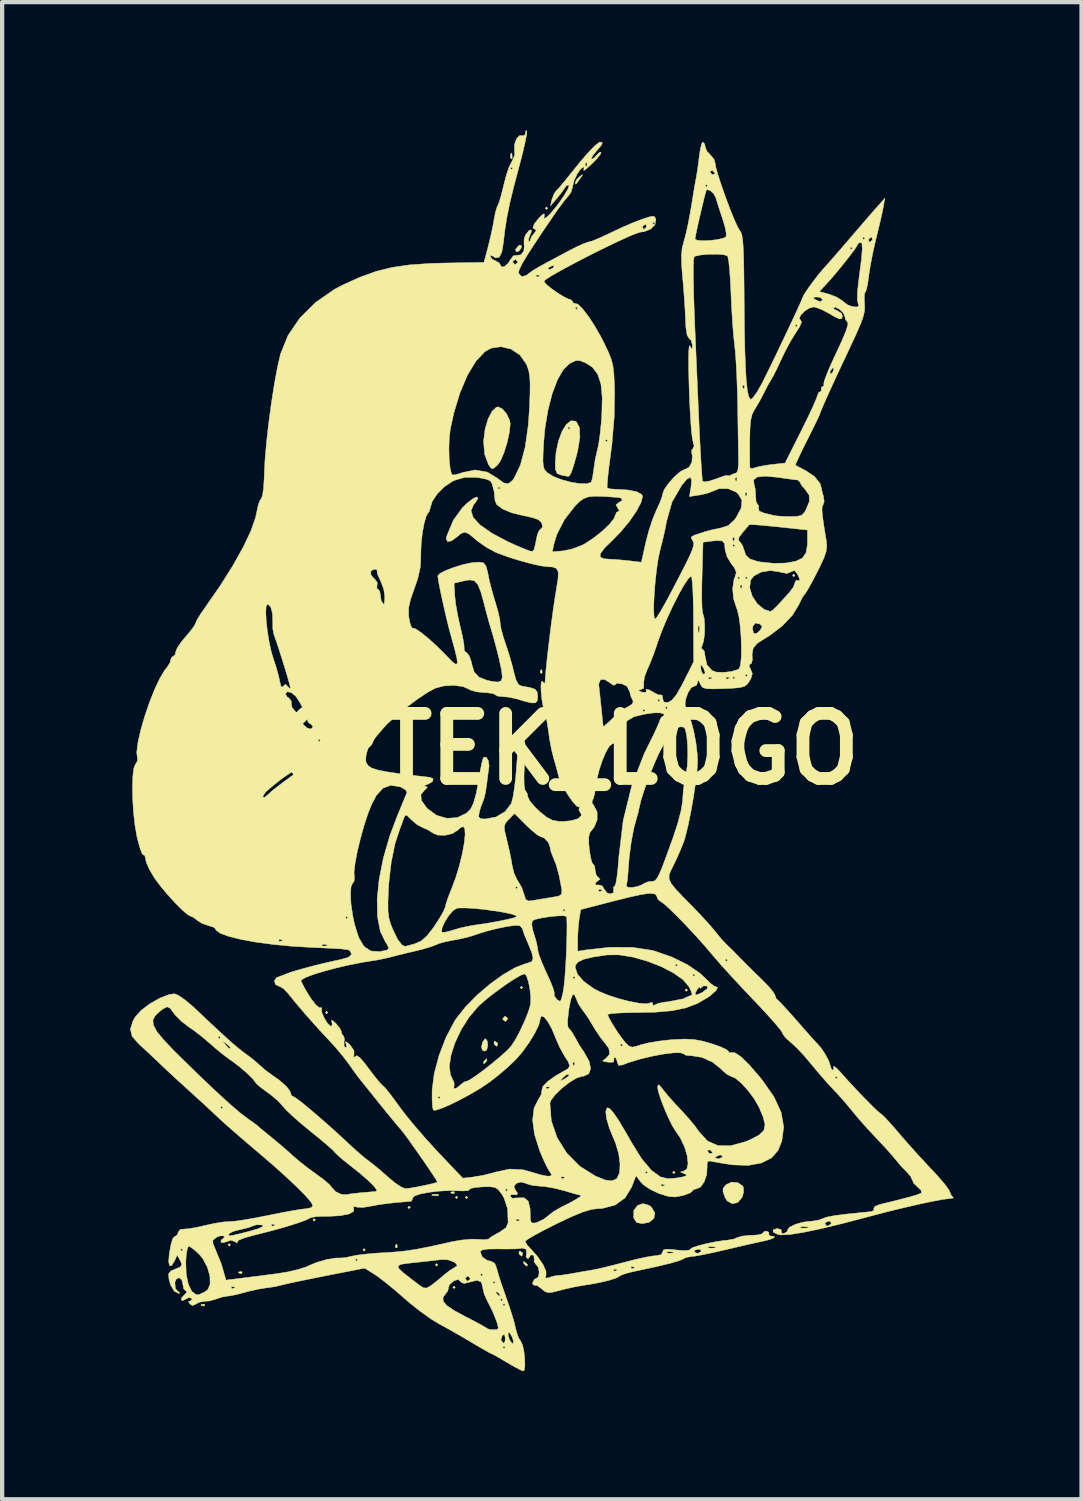
<source format=kicad_pcb>
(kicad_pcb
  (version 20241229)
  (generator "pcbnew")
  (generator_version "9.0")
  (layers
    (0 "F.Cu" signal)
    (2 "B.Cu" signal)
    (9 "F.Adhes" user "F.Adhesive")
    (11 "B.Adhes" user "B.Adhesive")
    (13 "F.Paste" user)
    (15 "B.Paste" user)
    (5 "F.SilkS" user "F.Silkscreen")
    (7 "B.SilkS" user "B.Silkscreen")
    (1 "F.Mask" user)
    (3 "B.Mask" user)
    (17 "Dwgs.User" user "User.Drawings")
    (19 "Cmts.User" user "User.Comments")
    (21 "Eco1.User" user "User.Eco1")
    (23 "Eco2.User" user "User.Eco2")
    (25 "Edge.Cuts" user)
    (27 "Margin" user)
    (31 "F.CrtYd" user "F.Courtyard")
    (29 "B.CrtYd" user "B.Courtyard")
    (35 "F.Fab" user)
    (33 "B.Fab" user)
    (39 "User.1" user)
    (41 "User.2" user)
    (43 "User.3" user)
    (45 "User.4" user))
  (footprint "KRTEK_LOGO"
    (layer "F.Cu")
    (at 9.958 14.5)
    (property "Reference" "KRTEK_LOGO" (at 0 0 0) (layer "F.SilkS") (effects (font (size 1.524 1.524) (thickness 0.3))))
    (attr through_hole)
    (fp_poly (pts (xy -7.608 11.617) (xy -7.638 11.647) (xy -7.667 11.617) (xy -7.638 11.588) (xy -7.608 11.617)) (stroke (width 0.01) (type solid)) (fill yes) (layer "F.SilkS"))
    (fp_poly (pts (xy -5.618 11.032) (xy -5.648 11.061) (xy -5.677 11.032) (xy -5.648 11.003) (xy -5.618 11.032)) (stroke (width 0.01) (type solid)) (fill yes) (layer "F.SilkS"))
    (fp_poly (pts (xy -5.326 6.174) (xy -5.355 6.204) (xy -5.384 6.174) (xy -5.355 6.145) (xy -5.326 6.174)) (stroke (width 0.01) (type solid)) (fill yes) (layer "F.SilkS"))
    (fp_poly (pts (xy -4.448 11.734) (xy -4.477 11.764) (xy -4.506 11.734) (xy -4.477 11.705) (xy -4.448 11.734)) (stroke (width 0.01) (type solid)) (fill yes) (layer "F.SilkS"))
    (fp_poly (pts (xy -3.394 10.739) (xy -3.424 10.769) (xy -3.453 10.739) (xy -3.424 10.71) (xy -3.394 10.739)) (stroke (width 0.01) (type solid)) (fill yes) (layer "F.SilkS"))
    (fp_poly (pts (xy -2.751 12.085) (xy -2.78 12.115) (xy -2.809 12.085) (xy -2.78 12.056) (xy -2.751 12.085)) (stroke (width 0.01) (type solid)) (fill yes) (layer "F.SilkS"))
    (fp_poly (pts (xy -2.341 12.612) (xy -2.37 12.641) (xy -2.4 12.612) (xy -2.37 12.583) (xy -2.341 12.612)) (stroke (width 0.01) (type solid)) (fill yes) (layer "F.SilkS"))
    (fp_poly (pts (xy -2.282 10.505) (xy -2.312 10.535) (xy -2.341 10.505) (xy -2.312 10.476) (xy -2.282 10.505)) (stroke (width 0.01) (type solid)) (fill yes) (layer "F.SilkS"))
    (fp_poly (pts (xy -2.048 10.505) (xy -2.078 10.535) (xy -2.107 10.505) (xy -2.078 10.476) (xy -2.048 10.505)) (stroke (width 0.01) (type solid)) (fill yes) (layer "F.SilkS"))
    (fp_poly (pts (xy -0.761 5.589) (xy -0.79 5.618) (xy -0.819 5.589) (xy -0.79 5.56) (xy -0.761 5.589)) (stroke (width 0.01) (type solid)) (fill yes) (layer "F.SilkS"))
    (fp_poly (pts (xy -0.176 -12.671) (xy -0.205 -12.641) (xy -0.234 -12.671) (xy -0.205 -12.7) (xy -0.176 -12.671)) (stroke (width 0.01) (type solid)) (fill yes) (layer "F.SilkS"))
    (fp_poly (pts (xy 2.809 9.92) (xy 2.78 9.949) (xy 2.751 9.92) (xy 2.78 9.891) (xy 2.809 9.92)) (stroke (width 0.01) (type solid)) (fill yes) (layer "F.SilkS"))
    (fp_poly (pts (xy 3.102 5.648) (xy 3.073 5.677) (xy 3.043 5.648) (xy 3.073 5.618) (xy 3.102 5.648)) (stroke (width 0.01) (type solid)) (fill yes) (layer "F.SilkS"))
    (fp_poly (pts (xy 5.618 -4.068) (xy 5.589 -4.038) (xy 5.56 -4.068) (xy 5.589 -4.097) (xy 5.618 -4.068)) (stroke (width 0.01) (type solid)) (fill yes) (layer "F.SilkS"))
    (fp_poly (pts (xy -8.213 13.012) (xy -8.221 13.047) (xy -8.252 13.051) (xy -8.3 13.03) (xy -8.291 13.012) (xy -8.222 13.005) (xy -8.213 13.012)) (stroke (width 0.01) (type solid)) (fill yes) (layer "F.SilkS"))
    (fp_poly (pts (xy -7.335 12.251) (xy -7.343 12.286) (xy -7.374 12.29) (xy -7.422 12.269) (xy -7.413 12.251) (xy -7.344 12.244) (xy -7.335 12.251)) (stroke (width 0.01) (type solid)) (fill yes) (layer "F.SilkS"))
    (fp_poly (pts (xy -3.707 11.608) (xy -3.7 11.677) (xy -3.707 11.686) (xy -3.741 11.678) (xy -3.746 11.647) (xy -3.724 11.598) (xy -3.707 11.608)) (stroke (width 0.01) (type solid)) (fill yes) (layer "F.SilkS"))
    (fp_poly (pts (xy -2.736 10.437) (xy -2.729 10.459) (xy -2.809 10.467) (xy -2.892 10.458) (xy -2.882 10.437) (xy -2.763 10.43) (xy -2.736 10.437)) (stroke (width 0.01) (type solid)) (fill yes) (layer "F.SilkS"))
    (fp_poly (pts (xy -2.361 10.378) (xy -2.369 10.413) (xy -2.4 10.418) (xy -2.448 10.396) (xy -2.439 10.378) (xy -2.369 10.371) (xy -2.361 10.378)) (stroke (width 0.01) (type solid)) (fill yes) (layer "F.SilkS"))
    (fp_poly (pts (xy -1.013 -13.94) (xy -1.006 -13.849) (xy -1.018 -13.828) (xy -1.045 -13.845) (xy -1.049 -13.905) (xy -1.035 -13.967) (xy -1.013 -13.94)) (stroke (width 0.01) (type solid)) (fill yes) (layer "F.SilkS"))
    (fp_poly (pts (xy -0.312 -1.853) (xy -0.305 -1.784) (xy -0.312 -1.775) (xy -0.347 -1.783) (xy -0.351 -1.814) (xy -0.33 -1.862) (xy -0.312 -1.853)) (stroke (width 0.01) (type solid)) (fill yes) (layer "F.SilkS"))
    (fp_poly (pts (xy -0.711 12.021) (xy -0.649 12.08) (xy -0.661 12.114) (xy -0.67 12.115) (xy -0.719 12.073) (xy -0.737 12.047) (xy -0.744 12.007) (xy -0.711 12.021)) (stroke (width 0.01) (type solid)) (fill yes) (layer "F.SilkS"))
    (fp_poly (pts (xy -1.599 7.295) (xy -1.609 7.316) (xy -1.665 7.372) (xy -1.675 7.374) (xy -1.679 7.336) (xy -1.668 7.316) (xy -1.613 7.26) (xy -1.603 7.257) (xy -1.599 7.295)) (stroke (width 0.01) (type solid)) (fill yes) (layer "F.SilkS"))
    (fp_poly (pts (xy -1.348 6.89) (xy -1.346 6.906) (xy -1.366 6.963) (xy -1.372 6.965) (xy -1.422 6.924) (xy -1.434 6.906) (xy -1.429 6.852) (xy -1.408 6.847) (xy -1.348 6.89)) (stroke (width 0.01) (type solid)) (fill yes) (layer "F.SilkS"))
    (fp_poly (pts (xy -1.114 6.307) (xy -1.112 6.321) (xy -1.157 6.378) (xy -1.171 6.379) (xy -1.227 6.335) (xy -1.229 6.321) (xy -1.184 6.264) (xy -1.171 6.262) (xy -1.114 6.307)) (stroke (width 0.01) (type solid)) (fill yes) (layer "F.SilkS"))
    (fp_poly (pts (xy -0.786 -11.79) (xy -0.796 -11.739) (xy -0.851 -11.666) (xy -0.909 -11.649) (xy -0.928 -11.697) (xy -0.923 -11.716) (xy -0.851 -11.799) (xy -0.83 -11.809) (xy -0.786 -11.79)) (stroke (width 0.01) (type solid)) (fill yes) (layer "F.SilkS"))
    (fp_poly (pts (xy -0.763 11.806) (xy -0.761 11.822) (xy -0.781 11.879) (xy -0.787 11.881) (xy -0.837 11.84) (xy -0.849 11.822) (xy -0.844 11.768) (xy -0.823 11.764) (xy -0.763 11.806)) (stroke (width 0.01) (type solid)) (fill yes) (layer "F.SilkS"))
    (fp_poly (pts (xy -1.593 6.839) (xy -1.58 6.935) (xy -1.604 7.055) (xy -1.667 7.079) (xy -1.71 7.049) (xy -1.726 6.971) (xy -1.699 6.865) (xy -1.649 6.794) (xy -1.632 6.789) (xy -1.593 6.839)) (stroke (width 0.01) (type solid)) (fill yes) (layer "F.SilkS"))
    (fp_poly (pts (xy 0.629 -13.432) (xy 0.587 -13.373) (xy 0.515 -13.274) (xy 0.485 -13.232) (xy 0.469 -13.251) (xy 0.468 -13.268) (xy 0.51 -13.35) (xy 0.571 -13.41) (xy 0.639 -13.46) (xy 0.629 -13.432)) (stroke (width 0.01) (type solid)) (fill yes) (layer "F.SilkS"))
    (fp_poly (pts (xy 2.206 10.693) (xy 2.257 10.735) (xy 2.336 10.872) (xy 2.312 10.998) (xy 2.201 11.089) (xy 2.038 11.12) (xy 1.906 11.092) (xy 1.842 10.988) (xy 1.838 10.973) (xy 1.843 10.809) (xy 1.928 10.695) (xy 2.06 10.65) (xy 2.206 10.693)) (stroke (width 0.01) (type solid)) (fill yes) (layer "F.SilkS"))
    (fp_poly (pts (xy 4.281 10.16) (xy 4.392 10.237) (xy 4.411 10.271) (xy 4.414 10.389) (xy 4.378 10.506) (xy 4.276 10.626) (xy 4.147 10.653) (xy 4.028 10.586) (xy 3.978 10.501) (xy 3.932 10.369) (xy 3.934 10.295) (xy 3.988 10.225) (xy 4.011 10.203) (xy 4.135 10.146) (xy 4.281 10.16)) (stroke (width 0.01) (type solid)) (fill yes) (layer "F.SilkS"))
    (fp_poly (pts (xy -1.236 -7.969) (xy -1.136 -7.849) (xy -1.067 -7.703) (xy -1.053 -7.621) (xy -1.073 -7.42) (xy -1.125 -7.184) (xy -1.197 -6.952) (xy -1.277 -6.762) (xy -1.346 -6.659) (xy -1.442 -6.576) (xy -1.495 -6.572) (xy -1.552 -6.648) (xy -1.562 -6.665) (xy -1.653 -6.905) (xy -1.678 -7.209) (xy -1.642 -7.499) (xy -1.572 -7.735) (xy -1.479 -7.913) (xy -1.378 -8.008) (xy -1.337 -8.018) (xy -1.236 -7.969)) (stroke (width 0.01) (type solid)) (fill yes) (layer "F.SilkS"))
    (fp_poly (pts (xy 0.474 -7.683) (xy 0.496 -7.668) (xy 0.567 -7.536) (xy 0.579 -7.312) (xy 0.531 -7.008) (xy 0.503 -6.894) (xy 0.43 -6.634) (xy 0.374 -6.473) (xy 0.329 -6.397) (xy 0.301 -6.387) (xy 0.219 -6.404) (xy 0.132 -6.421) (xy 0.044 -6.458) (xy 0.006 -6.549) (xy 0 -6.671) (xy 0.021 -6.956) (xy 0.077 -7.218) (xy 0.159 -7.44) (xy 0.208 -7.521) (xy 0.293 -7.521) (xy 0.322 -7.491) (xy 0.351 -7.521) (xy 0.322 -7.55) (xy 0.293 -7.521) (xy 0.208 -7.521) (xy 0.259 -7.603) (xy 0.367 -7.691) (xy 0.474 -7.683)) (stroke (width 0.01) (type solid)) (fill yes) (layer "F.SilkS"))
    (fp_poly (pts (xy -0.665 -14.476) (xy -0.67 -14.397) (xy -0.702 -14.228) (xy -0.756 -13.993) (xy -0.828 -13.712) (xy -0.851 -13.627) (xy -0.974 -13.161) (xy -1.067 -12.778) (xy -1.133 -12.449) (xy -1.181 -12.145) (xy -1.211 -11.881) (xy -1.25 -11.644) (xy -1.313 -11.521) (xy -1.401 -11.51) (xy -1.447 -11.54) (xy -1.511 -11.571) (xy -1.522 -11.541) (xy -1.473 -11.475) (xy -1.405 -11.442) (xy -1.31 -11.389) (xy -1.288 -11.35) (xy -1.255 -11.293) (xy -1.18 -11.311) (xy -1.097 -11.387) (xy -1.082 -11.412) (xy -0.995 -11.412) (xy -0.95 -11.356) (xy -0.936 -11.354) (xy -0.88 -11.398) (xy -0.878 -11.412) (xy -0.922 -11.469) (xy -0.936 -11.471) (xy -0.993 -11.426) (xy -0.995 -11.412) (xy -1.082 -11.412) (xy -1.061 -11.447) (xy -0.982 -11.555) (xy -0.91 -11.568) (xy -0.808 -11.578) (xy -0.736 -11.667) (xy -0.724 -11.794) (xy -0.73 -11.816) (xy -0.729 -11.955) (xy -0.691 -12.053) (xy -0.612 -12.15) (xy -0.561 -12.167) (xy -0.563 -12.106) (xy -0.588 -12.051) (xy -0.626 -11.944) (xy -0.619 -11.895) (xy -0.587 -11.905) (xy -0.585 -11.925) (xy -0.548 -12.015) (xy -0.493 -12.081) (xy -0.445 -12.152) (xy -0.464 -12.173) (xy -0.523 -12.207) (xy -0.49 -12.304) (xy -0.375 -12.448) (xy -0.284 -12.534) (xy -0.251 -12.534) (xy -0.255 -12.513) (xy -0.263 -12.435) (xy -0.213 -12.448) (xy -0.114 -12.542) (xy 0.027 -12.712) (xy 0.109 -12.822) (xy 0.227 -12.996) (xy 0.305 -13.134) (xy 0.327 -13.21) (xy 0.324 -13.214) (xy 0.268 -13.205) (xy 0.227 -13.153) (xy 0.149 -13.039) (xy 0.038 -12.9) (xy 0.029 -12.89) (xy -0.111 -12.729) (xy -0.077 -12.876) (xy -0.026 -13.011) (xy 0.025 -13.08) (xy 0.095 -13.154) (xy 0.21 -13.291) (xy 0.347 -13.461) (xy 0.536 -13.695) (xy 0.702 -13.695) (xy 0.724 -13.647) (xy 0.741 -13.656) (xy 0.748 -13.725) (xy 0.741 -13.734) (xy 0.707 -13.726) (xy 0.702 -13.695) (xy 0.536 -13.695) (xy 0.585 -13.757) (xy 0.786 -13.988) (xy 0.939 -14.145) (xy 1.036 -14.217) (xy 1.053 -14.222) (xy 1.104 -14.208) (xy 1.087 -14.154) (xy 0.993 -14.041) (xy 0.965 -14.011) (xy 0.877 -13.901) (xy 0.846 -13.829) (xy 0.849 -13.822) (xy 0.901 -13.838) (xy 0.961 -13.904) (xy 1.036 -13.978) (xy 1.077 -13.984) (xy 1.056 -13.929) (xy 0.969 -13.823) (xy 0.868 -13.72) (xy 0.747 -13.61) (xy 0.676 -13.555) (xy 0.668 -13.563) (xy 0.678 -13.628) (xy 0.66 -13.636) (xy 0.593 -13.588) (xy 0.513 -13.47) (xy 0.445 -13.325) (xy 0.411 -13.195) (xy 0.41 -13.178) (xy 0.37 -13.044) (xy 0.307 -12.958) (xy 0.221 -12.857) (xy 0.099 -12.695) (xy -0.018 -12.529) (xy -0.294 -12.122) (xy -0.508 -11.8) (xy -0.666 -11.554) (xy -0.773 -11.374) (xy -0.835 -11.251) (xy -0.858 -11.175) (xy -0.856 -11.147) (xy -0.784 -11.068) (xy -0.676 -11.098) (xy -0.673 -11.1) (xy -0.449 -11.1) (xy -0.441 -11.066) (xy -0.41 -11.061) (xy -0.362 -11.083) (xy -0.371 -11.1) (xy -0.44 -11.107) (xy -0.449 -11.1) (xy -0.673 -11.1) (xy -0.631 -11.134) (xy -0.53 -11.207) (xy -0.425 -11.27) (xy -0.167 -11.27) (xy -0.153 -11.24) (xy -0.121 -11.237) (xy -0.041 -11.279) (xy -0.03 -11.295) (xy -0.039 -11.328) (xy -0.085 -11.318) (xy -0.167 -11.27) (xy -0.425 -11.27) (xy -0.376 -11.3) (xy -0.319 -11.331) (xy -0.149 -11.423) (xy 0.076 -11.543) (xy 0.307 -11.667) (xy 0.309 -11.668) (xy 0.509 -11.77) (xy 0.676 -11.845) (xy 0.777 -11.88) (xy 0.785 -11.881) (xy 0.872 -11.905) (xy 1.033 -11.971) (xy 1.237 -12.065) (xy 1.296 -12.094) (xy 1.547 -12.212) (xy 1.593 -12.232) (xy 2.048 -12.232) (xy 2.068 -12.175) (xy 2.074 -12.173) (xy 2.124 -12.214) (xy 2.136 -12.232) (xy 2.132 -12.286) (xy 2.11 -12.29) (xy 2.051 -12.248) (xy 2.048 -12.232) (xy 1.593 -12.232) (xy 1.795 -12.32) (xy 2.282 -12.32) (xy 2.312 -12.29) (xy 2.341 -12.32) (xy 2.312 -12.349) (xy 2.282 -12.32) (xy 1.795 -12.32) (xy 1.805 -12.324) (xy 2.016 -12.406) (xy 2.028 -12.41) (xy 2.202 -12.468) (xy 2.295 -12.485) (xy 2.338 -12.462) (xy 2.359 -12.402) (xy 2.337 -12.284) (xy 2.233 -12.181) (xy 2.079 -12.121) (xy 2.014 -12.115) (xy 1.921 -12.089) (xy 1.749 -12.02) (xy 1.517 -11.915) (xy 1.244 -11.785) (xy 0.948 -11.639) (xy 0.648 -11.487) (xy 0.362 -11.337) (xy 0.109 -11.2) (xy -0.092 -11.085) (xy -0.222 -11.001) (xy -0.263 -10.96) (xy -0.218 -10.897) (xy -0.103 -10.8) (xy 0.047 -10.693) (xy 0.198 -10.599) (xy 0.317 -10.542) (xy 0.353 -10.535) (xy 0.408 -10.49) (xy 0.41 -10.473) (xy 0.444 -10.436) (xy 0.462 -10.443) (xy 0.532 -10.422) (xy 0.641 -10.315) (xy 0.777 -10.14) (xy 0.924 -9.915) (xy 1.071 -9.659) (xy 1.147 -9.51) (xy 1.246 -9.301) (xy 1.312 -9.136) (xy 1.353 -8.978) (xy 1.375 -8.794) (xy 1.387 -8.549) (xy 1.392 -8.369) (xy 1.382 -7.773) (xy 1.328 -7.131) (xy 1.3 -6.92) (xy 1.262 -6.632) (xy 1.234 -6.388) (xy 1.219 -6.211) (xy 1.218 -6.121) (xy 1.22 -6.115) (xy 1.293 -6.095) (xy 1.428 -6.086) (xy 1.429 -6.086) (xy 1.703 -6.07) (xy 1.909 -6.029) (xy 2.026 -5.966) (xy 2.048 -5.918) (xy 2.007 -5.767) (xy 1.896 -5.562) (xy 1.734 -5.328) (xy 1.536 -5.09) (xy 1.342 -4.892) (xy 1.153 -4.706) (xy 1.058 -4.578) (xy 1.055 -4.498) (xy 1.145 -4.458) (xy 1.288 -4.448) (xy 1.433 -4.44) (xy 1.633 -4.422) (xy 1.726 -4.412) (xy 2.019 -4.377) (xy 2.124 -4.845) (xy 2.194 -5.113) (xy 2.28 -5.377) (xy 2.366 -5.585) (xy 2.372 -5.598) (xy 2.453 -5.774) (xy 2.506 -5.919) (xy 2.516 -5.974) (xy 2.557 -6.083) (xy 2.658 -6.228) (xy 2.791 -6.376) (xy 2.926 -6.496) (xy 3.033 -6.553) (xy 3.047 -6.555) (xy 3.141 -6.605) (xy 3.203 -6.727) (xy 3.214 -6.874) (xy 3.199 -6.931) (xy 3.202 -7.016) (xy 3.226 -7.035) (xy 3.255 -7.101) (xy 3.229 -7.2) (xy 3.21 -7.299) (xy 3.19 -7.479) (xy 3.173 -7.718) (xy 3.157 -7.999) (xy 3.144 -8.3) (xy 3.134 -8.603) (xy 3.128 -8.888) (xy 3.126 -9.135) (xy 3.13 -9.324) (xy 3.14 -9.437) (xy 3.156 -9.453) (xy 3.156 -9.452) (xy 3.198 -9.371) (xy 3.212 -9.399) (xy 3.215 -9.46) (xy 3.187 -9.573) (xy 3.142 -9.615) (xy 3.092 -9.693) (xy 3.062 -9.883) (xy 3.054 -10.046) (xy 3.043 -10.288) (xy 3.023 -10.595) (xy 2.998 -10.915) (xy 2.986 -11.042) (xy 2.967 -11.281) (xy 3.237 -11.281) (xy 3.238 -11.01) (xy 3.245 -10.658) (xy 3.258 -10.236) (xy 3.273 -9.88) (xy 3.293 -9.415) (xy 3.313 -8.95) (xy 3.332 -8.508) (xy 3.349 -8.114) (xy 3.363 -7.793) (xy 3.371 -7.608) (xy 3.385 -7.31) (xy 3.401 -7.006) (xy 3.417 -6.723) (xy 3.433 -6.488) (xy 3.445 -6.326) (xy 3.451 -6.277) (xy 3.505 -6.26) (xy 3.634 -6.284) (xy 3.742 -6.321) (xy 4.214 -6.321) (xy 4.235 -6.273) (xy 4.253 -6.282) (xy 4.255 -6.307) (xy 4.649 -6.307) (xy 4.659 -6.214) (xy 4.689 -6.087) (xy 4.697 -5.926) (xy 4.707 -5.796) (xy 4.739 -5.736) (xy 4.743 -5.735) (xy 4.772 -5.693) (xy 4.763 -5.65) (xy 4.78 -5.575) (xy 4.896 -5.528) (xy 5.037 -5.495) (xy 5.121 -5.472) (xy 5.209 -5.46) (xy 5.371 -5.45) (xy 5.485 -5.447) (xy 5.669 -5.451) (xy 5.775 -5.479) (xy 5.843 -5.549) (xy 5.88 -5.616) (xy 5.957 -5.807) (xy 5.949 -5.951) (xy 5.856 -6.083) (xy 5.853 -6.087) (xy 5.767 -6.188) (xy 5.735 -6.252) (xy 5.689 -6.301) (xy 5.662 -6.305) (xy 5.569 -6.316) (xy 5.399 -6.339) (xy 5.209 -6.367) (xy 4.923 -6.393) (xy 4.736 -6.373) (xy 4.649 -6.307) (xy 4.255 -6.307) (xy 4.26 -6.351) (xy 4.253 -6.36) (xy 4.218 -6.352) (xy 4.214 -6.321) (xy 3.742 -6.321) (xy 3.804 -6.342) (xy 3.826 -6.351) (xy 3.959 -6.399) (xy 4.033 -6.411) (xy 4.038 -6.406) (xy 4.077 -6.401) (xy 4.111 -6.419) (xy 4.215 -6.463) (xy 4.243 -6.467) (xy 4.277 -6.52) (xy 4.295 -6.653) (xy 4.296 -6.731) (xy 4.294 -6.877) (xy 4.292 -6.965) (xy 4.558 -6.965) (xy 4.558 -6.76) (xy 4.56 -6.626) (xy 4.561 -6.592) (xy 4.608 -6.571) (xy 4.667 -6.588) (xy 4.783 -6.62) (xy 4.964 -6.652) (xy 5.078 -6.667) (xy 5.386 -6.701) (xy 5.765 -7.456) (xy 5.901 -7.731) (xy 6.015 -7.972) (xy 6.099 -8.16) (xy 6.142 -8.272) (xy 6.145 -8.29) (xy 6.182 -8.362) (xy 6.207 -8.369) (xy 6.242 -8.405) (xy 6.233 -8.428) (xy 6.24 -8.481) (xy 6.262 -8.486) (xy 6.301 -8.522) (xy 6.292 -8.543) (xy 6.303 -8.615) (xy 6.358 -8.769) (xy 6.385 -8.834) (xy 6.438 -8.834) (xy 6.457 -8.781) (xy 6.5 -8.827) (xy 6.519 -8.87) (xy 6.523 -8.93) (xy 6.496 -8.925) (xy 6.44 -8.85) (xy 6.438 -8.834) (xy 6.385 -8.834) (xy 6.449 -8.985) (xy 6.566 -9.241) (xy 6.588 -9.287) (xy 6.721 -9.574) (xy 6.813 -9.796) (xy 6.858 -9.942) (xy 6.854 -9.996) (xy 6.799 -10.065) (xy 6.789 -10.128) (xy 6.75 -10.22) (xy 6.662 -10.305) (xy 6.567 -10.351) (xy 6.516 -10.34) (xy 6.54 -10.303) (xy 6.609 -10.273) (xy 6.706 -10.208) (xy 6.73 -10.15) (xy 6.716 -10.085) (xy 6.66 -10.077) (xy 6.542 -10.132) (xy 6.409 -10.211) (xy 6.241 -10.299) (xy 6.095 -10.351) (xy 6.053 -10.357) (xy 5.947 -10.328) (xy 5.837 -10.255) (xy 5.752 -10.166) (xy 5.718 -10.088) (xy 5.746 -10.052) (xy 5.773 -10.006) (xy 5.73 -9.899) (xy 5.646 -9.768) (xy 5.526 -9.574) (xy 5.394 -9.33) (xy 5.297 -9.13) (xy 5.203 -8.927) (xy 5.119 -8.759) (xy 5.065 -8.662) (xy 5.064 -8.662) (xy 5.001 -8.556) (xy 4.917 -8.396) (xy 4.889 -8.34) (xy 4.79 -8.151) (xy 4.688 -7.978) (xy 4.667 -7.947) (xy 4.614 -7.843) (xy 4.581 -7.703) (xy 4.564 -7.501) (xy 4.558 -7.215) (xy 4.558 -6.965) (xy 4.292 -6.965) (xy 4.29 -7.114) (xy 4.285 -7.418) (xy 4.28 -7.761) (xy 4.276 -8.018) (xy 4.268 -8.389) (xy 4.264 -8.486) (xy 4.389 -8.486) (xy 4.411 -8.438) (xy 4.428 -8.447) (xy 4.435 -8.517) (xy 4.428 -8.525) (xy 4.394 -8.517) (xy 4.389 -8.486) (xy 4.264 -8.486) (xy 4.254 -8.752) (xy 4.237 -9.078) (xy 4.218 -9.336) (xy 4.205 -9.452) (xy 4.181 -9.669) (xy 4.157 -9.966) (xy 4.136 -10.305) (xy 4.12 -10.648) (xy 4.119 -10.681) (xy 4.104 -10.981) (xy 4.086 -11.239) (xy 4.065 -11.434) (xy 4.043 -11.541) (xy 4.037 -11.553) (xy 3.95 -11.582) (xy 3.79 -11.594) (xy 3.597 -11.592) (xy 3.416 -11.577) (xy 3.287 -11.549) (xy 3.256 -11.532) (xy 3.243 -11.459) (xy 3.237 -11.281) (xy 2.967 -11.281) (xy 2.962 -11.347) (xy 2.958 -11.569) (xy 2.975 -11.739) (xy 3.014 -11.89) (xy 3.014 -11.891) (xy 3.031 -11.95) (xy 3.277 -11.95) (xy 3.329 -11.92) (xy 3.458 -11.91) (xy 3.628 -11.916) (xy 3.801 -11.937) (xy 3.941 -11.97) (xy 4.001 -12) (xy 4.009 -12.075) (xy 3.981 -12.226) (xy 3.924 -12.417) (xy 3.853 -12.629) (xy 3.795 -12.812) (xy 3.765 -12.916) (xy 3.713 -13.011) (xy 3.631 -13.086) (xy 3.559 -13.108) (xy 3.542 -13.096) (xy 3.522 -13.03) (xy 3.483 -12.88) (xy 3.435 -12.678) (xy 3.382 -12.454) (xy 3.334 -12.24) (xy 3.297 -12.065) (xy 3.278 -11.962) (xy 3.277 -11.95) (xy 3.031 -11.95) (xy 3.061 -12.064) (xy 3.116 -12.31) (xy 3.168 -12.587) (xy 3.187 -12.7) (xy 3.229 -12.959) (xy 3.268 -13.189) (xy 3.269 -13.197) (xy 3.512 -13.197) (xy 3.541 -13.168) (xy 3.57 -13.197) (xy 3.541 -13.227) (xy 3.512 -13.197) (xy 3.269 -13.197) (xy 3.297 -13.355) (xy 3.307 -13.402) (xy 3.327 -13.523) (xy 3.629 -13.523) (xy 3.671 -13.463) (xy 3.687 -13.461) (xy 3.744 -13.481) (xy 3.746 -13.487) (xy 3.705 -13.537) (xy 3.687 -13.549) (xy 3.633 -13.544) (xy 3.629 -13.523) (xy 3.327 -13.523) (xy 3.331 -13.542) (xy 3.358 -13.745) (xy 3.375 -13.885) (xy 3.402 -14.066) (xy 3.436 -14.188) (xy 3.461 -14.222) (xy 3.504 -14.173) (xy 3.512 -14.118) (xy 3.556 -14.004) (xy 3.629 -13.929) (xy 3.72 -13.821) (xy 3.746 -13.735) (xy 3.766 -13.62) (xy 3.822 -13.427) (xy 3.903 -13.182) (xy 3.998 -12.913) (xy 4.098 -12.647) (xy 4.193 -12.413) (xy 4.272 -12.238) (xy 4.322 -12.152) (xy 4.352 -12.107) (xy 4.375 -12.035) (xy 4.393 -11.923) (xy 4.406 -11.757) (xy 4.415 -11.524) (xy 4.421 -11.21) (xy 4.426 -10.802) (xy 4.428 -10.484) (xy 4.434 -9.86) (xy 4.444 -9.346) (xy 4.459 -8.935) (xy 4.478 -8.622) (xy 4.503 -8.399) (xy 4.534 -8.26) (xy 4.571 -8.199) (xy 4.587 -8.194) (xy 4.644 -8.243) (xy 4.733 -8.37) (xy 4.835 -8.549) (xy 4.841 -8.56) (xy 4.932 -8.742) (xy 5.049 -8.98) (xy 5.182 -9.254) (xy 5.321 -9.546) (xy 5.458 -9.835) (xy 5.498 -9.92) (xy 5.618 -9.92) (xy 5.648 -9.891) (xy 5.677 -9.92) (xy 5.648 -9.949) (xy 5.618 -9.92) (xy 5.498 -9.92) (xy 5.583 -10.101) (xy 5.687 -10.325) (xy 5.76 -10.488) (xy 5.793 -10.568) (xy 5.794 -10.573) (xy 5.799 -10.583) (xy 6.045 -10.583) (xy 6.066 -10.549) (xy 6.087 -10.535) (xy 6.208 -10.48) (xy 6.26 -10.515) (xy 6.262 -10.535) (xy 6.213 -10.58) (xy 6.131 -10.592) (xy 6.045 -10.583) (xy 5.799 -10.583) (xy 5.827 -10.643) (xy 5.877 -10.719) (xy 6.189 -10.719) (xy 6.421 -10.656) (xy 6.599 -10.587) (xy 6.74 -10.495) (xy 6.759 -10.476) (xy 6.853 -10.407) (xy 6.966 -10.366) (xy 7.065 -10.356) (xy 7.115 -10.382) (xy 7.098 -10.432) (xy 7.078 -10.532) (xy 7.085 -10.741) (xy 7.121 -11.056) (xy 7.136 -11.168) (xy 7.177 -11.487) (xy 7.194 -11.715) (xy 7.187 -11.843) (xy 7.175 -11.866) (xy 7.108 -11.856) (xy 7.094 -11.831) (xy 7.045 -11.748) (xy 6.939 -11.602) (xy 6.795 -11.417) (xy 6.634 -11.218) (xy 6.475 -11.03) (xy 6.362 -10.905) (xy 6.189 -10.719) (xy 5.877 -10.719) (xy 5.914 -10.775) (xy 6.032 -10.939) (xy 6.16 -11.106) (xy 6.278 -11.247) (xy 6.3 -11.271) (xy 6.409 -11.392) (xy 6.569 -11.575) (xy 6.707 -11.734) (xy 6.906 -11.734) (xy 6.935 -11.705) (xy 6.965 -11.734) (xy 6.935 -11.764) (xy 6.906 -11.734) (xy 6.707 -11.734) (xy 6.754 -11.789) (xy 6.877 -11.932) (xy 6.908 -11.968) (xy 7.199 -11.968) (xy 7.228 -11.939) (xy 7.345 -11.939) (xy 7.35 -11.885) (xy 7.371 -11.881) (xy 7.43 -11.923) (xy 7.433 -11.939) (xy 7.413 -11.996) (xy 7.407 -11.998) (xy 7.357 -11.957) (xy 7.345 -11.939) (xy 7.228 -11.939) (xy 7.257 -11.968) (xy 7.228 -11.998) (xy 7.199 -11.968) (xy 6.908 -11.968) (xy 7.074 -12.162) (xy 7.269 -12.388) (xy 7.434 -12.578) (xy 7.505 -12.659) (xy 7.724 -12.905) (xy 7.688 -12.7) (xy 7.658 -12.55) (xy 7.607 -12.327) (xy 7.545 -12.069) (xy 7.52 -11.968) (xy 7.453 -11.68) (xy 7.394 -11.382) (xy 7.352 -11.129) (xy 7.346 -11.076) (xy 7.319 -10.887) (xy 7.289 -10.755) (xy 7.266 -10.71) (xy 7.246 -10.658) (xy 7.243 -10.527) (xy 7.247 -10.455) (xy 7.252 -10.349) (xy 7.244 -10.247) (xy 7.216 -10.13) (xy 7.163 -9.98) (xy 7.077 -9.778) (xy 6.951 -9.504) (xy 6.817 -9.218) (xy 6.645 -8.853) (xy 6.493 -8.524) (xy 6.366 -8.245) (xy 6.272 -8.031) (xy 6.216 -7.898) (xy 6.204 -7.86) (xy 6.179 -7.798) (xy 6.111 -7.654) (xy 6.011 -7.451) (xy 5.907 -7.244) (xy 5.79 -7.01) (xy 5.699 -6.819) (xy 5.642 -6.692) (xy 5.629 -6.649) (xy 5.688 -6.618) (xy 5.813 -6.553) (xy 5.872 -6.523) (xy 6.077 -6.384) (xy 6.205 -6.223) (xy 6.236 -6.116) (xy 6.256 -6.019) (xy 6.286 -5.92) (xy 6.302 -5.795) (xy 6.279 -5.729) (xy 6.257 -5.688) (xy 6.251 -5.612) (xy 6.26 -5.482) (xy 6.288 -5.278) (xy 6.335 -4.983) (xy 6.352 -4.883) (xy 6.364 -4.756) (xy 6.349 -4.631) (xy 6.297 -4.479) (xy 6.2 -4.269) (xy 6.141 -4.152) (xy 6.028 -3.934) (xy 5.931 -3.758) (xy 5.864 -3.649) (xy 5.845 -3.627) (xy 5.794 -3.556) (xy 5.727 -3.422) (xy 5.711 -3.386) (xy 5.559 -3.136) (xy 5.321 -2.885) (xy 5.025 -2.659) (xy 4.911 -2.59) (xy 4.731 -2.474) (xy 4.639 -2.362) (xy 4.613 -2.215) (xy 4.62 -2.092) (xy 4.6 -2.006) (xy 4.568 -1.99) (xy 4.541 -1.951) (xy 4.578 -1.873) (xy 4.619 -1.768) (xy 4.588 -1.656) (xy 4.553 -1.595) (xy 4.499 -1.517) (xy 4.433 -1.468) (xy 4.327 -1.44) (xy 4.154 -1.424) (xy 3.954 -1.416) (xy 3.71 -1.409) (xy 3.557 -1.414) (xy 3.47 -1.435) (xy 3.424 -1.478) (xy 3.397 -1.533) (xy 3.357 -1.614) (xy 3.341 -1.586) (xy 3.34 -1.566) (xy 3.305 -1.486) (xy 3.268 -1.478) (xy 3.191 -1.441) (xy 3.115 -1.327) (xy 3.06 -1.174) (xy 3.044 -1.052) (xy 3.075 -0.887) (xy 3.122 -0.788) (xy 3.186 -0.642) (xy 3.247 -0.417) (xy 3.297 -0.149) (xy 3.329 0.123) (xy 3.336 0.297) (xy 3.323 0.511) (xy 3.288 0.804) (xy 3.237 1.141) (xy 3.176 1.485) (xy 3.111 1.803) (xy 3.048 2.059) (xy 3.015 2.163) (xy 2.932 2.373) (xy 2.825 2.612) (xy 2.771 2.724) (xy 2.706 2.854) (xy 2.669 2.956) (xy 2.67 3.048) (xy 2.717 3.148) (xy 2.818 3.277) (xy 2.983 3.452) (xy 3.22 3.693) (xy 3.222 3.696) (xy 3.412 3.893) (xy 3.586 4.083) (xy 3.717 4.234) (xy 3.749 4.275) (xy 3.879 4.434) (xy 4.009 4.574) (xy 4.024 4.588) (xy 4.15 4.709) (xy 4.301 4.862) (xy 4.346 4.909) (xy 4.489 5.054) (xy 4.675 5.237) (xy 4.843 5.401) (xy 4.994 5.555) (xy 5.103 5.686) (xy 5.15 5.766) (xy 5.15 5.77) (xy 5.18 5.852) (xy 5.195 5.862) (xy 5.249 5.912) (xy 5.363 6.032) (xy 5.518 6.203) (xy 5.674 6.379) (xy 5.85 6.581) (xy 5.999 6.749) (xy 6.103 6.864) (xy 6.144 6.906) (xy 6.228 7.001) (xy 6.323 7.143) (xy 6.402 7.288) (xy 6.438 7.39) (xy 6.438 7.394) (xy 6.471 7.496) (xy 6.496 7.52) (xy 6.529 7.508) (xy 6.519 7.45) (xy 6.533 7.43) (xy 6.604 7.487) (xy 6.681 7.569) (xy 6.858 7.767) (xy 7.053 7.977) (xy 7.246 8.178) (xy 7.419 8.353) (xy 7.553 8.483) (xy 7.631 8.548) (xy 7.638 8.551) (xy 7.699 8.604) (xy 7.814 8.725) (xy 7.963 8.894) (xy 8.039 8.984) (xy 8.239 9.215) (xy 8.48 9.485) (xy 8.723 9.747) (xy 8.814 9.844) (xy 8.992 10.037) (xy 9.135 10.206) (xy 9.225 10.33) (xy 9.247 10.38) (xy 9.29 10.476) (xy 9.32 10.496) (xy 9.327 10.519) (xy 9.247 10.532) (xy 9.089 10.551) (xy 8.841 10.597) (xy 8.525 10.664) (xy 8.165 10.747) (xy 7.782 10.841) (xy 7.403 10.94) (xy 6.765 11.108) (xy 6.235 11.237) (xy 5.813 11.325) (xy 5.498 11.375) (xy 5.288 11.385) (xy 5.223 11.375) (xy 5.114 11.323) (xy 5.102 11.268) (xy 5.19 11.237) (xy 5.212 11.237) (xy 5.293 11.259) (xy 5.297 11.295) (xy 5.31 11.345) (xy 5.352 11.354) (xy 5.431 11.31) (xy 5.443 11.269) (xy 5.485 11.215) (xy 5.727 11.215) (xy 5.805 11.225) (xy 5.823 11.225) (xy 5.923 11.219) (xy 5.932 11.201) (xy 5.927 11.198) (xy 5.811 11.187) (xy 5.751 11.196) (xy 5.727 11.215) (xy 5.485 11.215) (xy 5.495 11.202) (xy 5.628 11.136) (xy 5.686 11.12) (xy 6.321 11.12) (xy 6.363 11.177) (xy 6.376 11.178) (xy 6.455 11.136) (xy 6.467 11.12) (xy 6.454 11.07) (xy 6.412 11.061) (xy 6.332 11.092) (xy 6.321 11.12) (xy 5.686 11.12) (xy 5.807 11.085) (xy 5.995 11.062) (xy 6.017 11.062) (xy 6.176 11.036) (xy 6.261 11.004) (xy 6.362 10.967) (xy 6.535 10.933) (xy 6.793 10.899) (xy 7.153 10.863) (xy 7.169 10.861) (xy 7.322 10.846) (xy 7.422 10.836) (xy 7.471 10.796) (xy 7.463 10.77) (xy 7.486 10.719) (xy 7.591 10.674) (xy 7.992 10.576) (xy 8.286 10.5) (xy 8.477 10.444) (xy 8.573 10.406) (xy 8.584 10.397) (xy 8.574 10.339) (xy 8.497 10.267) (xy 8.401 10.174) (xy 8.369 10.103) (xy 8.329 10.014) (xy 8.237 9.908) (xy 8.106 9.773) (xy 7.977 9.62) (xy 7.875 9.497) (xy 7.72 9.325) (xy 7.543 9.136) (xy 7.509 9.101) (xy 7.316 8.894) (xy 7.126 8.68) (xy 6.976 8.5) (xy 6.965 8.486) (xy 6.795 8.281) (xy 6.603 8.066) (xy 6.526 7.985) (xy 6.369 7.817) (xy 6.264 7.696) (xy 6.555 7.696) (xy 6.584 7.725) (xy 6.613 7.696) (xy 6.584 7.667) (xy 6.555 7.696) (xy 6.264 7.696) (xy 6.181 7.601) (xy 6.002 7.385) (xy 5.999 7.382) (xy 5.832 7.184) (xy 5.663 7.004) (xy 5.527 6.878) (xy 5.516 6.87) (xy 5.396 6.762) (xy 5.33 6.672) (xy 5.326 6.654) (xy 5.287 6.59) (xy 5.18 6.459) (xy 5.017 6.274) (xy 4.814 6.053) (xy 4.651 5.882) (xy 4.394 5.611) (xy 4.139 5.336) (xy 3.908 5.082) (xy 3.789 4.945) (xy 3.98 4.945) (xy 4.009 4.975) (xy 4.038 4.945) (xy 4.009 4.916) (xy 3.98 4.945) (xy 3.789 4.945) (xy 3.726 4.873) (xy 3.663 4.799) (xy 3.487 4.592) (xy 3.286 4.368) (xy 3.076 4.143) (xy 2.873 3.934) (xy 2.694 3.758) (xy 2.556 3.632) (xy 2.474 3.572) (xy 2.465 3.57) (xy 2.409 3.522) (xy 2.385 3.461) (xy 2.357 3.411) (xy 2.294 3.385) (xy 2.184 3.384) (xy 2.01 3.41) (xy 1.76 3.464) (xy 1.419 3.549) (xy 1.221 3.6) (xy 0.598 3.762) (xy 0.563 3.973) (xy 0.541 4.169) (xy 0.528 4.398) (xy 0.527 4.461) (xy 0.527 4.738) (xy 0.717 4.707) (xy 1.287 4.644) (xy 1.811 4.647) (xy 2.266 4.716) (xy 2.328 4.732) (xy 2.732 4.872) (xy 3.098 5.052) (xy 3.394 5.254) (xy 3.529 5.382) (xy 3.643 5.494) (xy 3.73 5.556) (xy 3.746 5.56) (xy 3.804 5.587) (xy 3.767 5.661) (xy 3.64 5.773) (xy 3.582 5.815) (xy 3.332 5.962) (xy 3.057 6.066) (xy 2.733 6.132) (xy 2.336 6.166) (xy 1.975 6.173) (xy 1.695 6.177) (xy 1.463 6.186) (xy 1.301 6.2) (xy 1.23 6.217) (xy 1.229 6.219) (xy 1.26 6.3) (xy 1.34 6.441) (xy 1.446 6.609) (xy 1.558 6.769) (xy 1.652 6.887) (xy 1.733 6.963) (xy 1.812 6.984) (xy 1.937 6.953) (xy 2.007 6.929) (xy 2.181 6.885) (xy 2.424 6.844) (xy 2.692 6.813) (xy 2.75 6.809) (xy 3.034 6.795) (xy 3.255 6.806) (xy 3.466 6.846) (xy 3.674 6.906) (xy 3.87 6.975) (xy 4.008 7.038) (xy 4.064 7.083) (xy 4.063 7.089) (xy 4.076 7.117) (xy 4.112 7.108) (xy 4.213 7.117) (xy 4.355 7.211) (xy 4.543 7.395) (xy 4.784 7.674) (xy 4.852 7.757) (xy 5.127 8.15) (xy 5.294 8.513) (xy 5.354 8.855) (xy 5.31 9.185) (xy 5.223 9.402) (xy 5.071 9.579) (xy 4.831 9.699) (xy 4.523 9.755) (xy 4.164 9.743) (xy 4.114 9.736) (xy 3.9 9.703) (xy 3.725 9.672) (xy 3.629 9.652) (xy 3.568 9.664) (xy 3.558 9.764) (xy 3.56 9.79) (xy 3.55 9.968) (xy 3.493 10.137) (xy 3.407 10.261) (xy 3.322 10.3) (xy 3.235 10.325) (xy 3.219 10.352) (xy 3.168 10.396) (xy 3.039 10.447) (xy 2.976 10.465) (xy 2.806 10.495) (xy 2.648 10.481) (xy 2.448 10.419) (xy 2.423 10.41) (xy 2.228 10.318) (xy 2.065 10.208) (xy 2.061 10.203) (xy 2.478 10.203) (xy 2.486 10.238) (xy 2.517 10.242) (xy 2.565 10.221) (xy 2.556 10.203) (xy 2.486 10.196) (xy 2.478 10.203) (xy 2.061 10.203) (xy 2.003 10.144) (xy 1.894 9.995) (xy 1.79 10.266) (xy 1.637 10.516) (xy 1.405 10.684) (xy 1.105 10.763) (xy 0.993 10.769) (xy 0.845 10.787) (xy 0.649 10.847) (xy 0.389 10.954) (xy 0.046 11.116) (xy 0.025 11.127) (xy -0.238 11.259) (xy -0.459 11.377) (xy -0.619 11.47) (xy -0.697 11.526) (xy -0.702 11.534) (xy -0.665 11.609) (xy -0.595 11.688) (xy -0.417 11.886) (xy -0.285 12.077) (xy -0.215 12.236) (xy -0.214 12.322) (xy -0.227 12.396) (xy -0.164 12.39) (xy -0.142 12.381) (xy -0.005 12.342) (xy 0.059 12.335) (xy 0.167 12.325) (xy 0.337 12.299) (xy 0.41 12.286) (xy 0.626 12.247) (xy 0.835 12.212) (xy 0.878 12.205) (xy 0.938 12.193) (xy 1.366 12.193) (xy 1.374 12.228) (xy 1.405 12.232) (xy 1.453 12.21) (xy 1.444 12.193) (xy 1.374 12.186) (xy 1.366 12.193) (xy 0.938 12.193) (xy 1.025 12.176) (xy 1.199 12.134) (xy 1.775 12.134) (xy 1.783 12.169) (xy 1.814 12.173) (xy 1.862 12.152) (xy 1.853 12.134) (xy 1.784 12.127) (xy 1.775 12.134) (xy 1.199 12.134) (xy 1.246 12.123) (xy 1.506 12.056) (xy 1.639 12.021) (xy 1.896 11.955) (xy 2.128 11.904) (xy 2.3 11.875) (xy 2.356 11.872) (xy 2.485 11.847) (xy 2.507 11.805) (xy 2.612 11.805) (xy 2.692 11.813) (xy 2.775 11.804) (xy 2.765 11.783) (xy 2.647 11.776) (xy 3.256 11.776) (xy 3.335 11.82) (xy 3.418 11.772) (xy 3.422 11.767) (xy 3.403 11.727) (xy 3.341 11.721) (xy 3.261 11.747) (xy 3.256 11.776) (xy 2.647 11.776) (xy 2.646 11.776) (xy 2.619 11.783) (xy 2.612 11.805) (xy 2.507 11.805) (xy 2.517 11.786) (xy 2.535 11.736) (xy 2.609 11.718) (xy 2.764 11.728) (xy 2.838 11.737) (xy 3.026 11.751) (xy 3.139 11.741) (xy 3.16 11.722) (xy 3.213 11.685) (xy 3.219 11.683) (xy 3.562 11.683) (xy 3.64 11.693) (xy 3.658 11.694) (xy 3.758 11.687) (xy 3.767 11.669) (xy 3.761 11.667) (xy 3.645 11.655) (xy 3.586 11.665) (xy 3.562 11.683) (xy 3.219 11.683) (xy 3.35 11.638) (xy 3.539 11.589) (xy 3.749 11.546) (xy 3.948 11.515) (xy 4.038 11.507) (xy 4.186 11.48) (xy 4.268 11.446) (xy 4.376 11.413) (xy 4.545 11.394) (xy 4.604 11.393) (xy 4.758 11.383) (xy 4.848 11.358) (xy 4.858 11.344) (xy 4.905 11.301) (xy 4.949 11.295) (xy 5.009 11.324) (xy 5.004 11.354) (xy 5.019 11.403) (xy 5.069 11.412) (xy 5.142 11.425) (xy 5.117 11.456) (xy 5.012 11.497) (xy 4.875 11.53) (xy 4.728 11.561) (xy 4.501 11.612) (xy 4.226 11.676) (xy 3.98 11.734) (xy 3.704 11.797) (xy 3.462 11.847) (xy 3.282 11.88) (xy 3.192 11.89) (xy 3.063 11.913) (xy 3.012 11.941) (xy 2.911 11.986) (xy 2.698 12.048) (xy 2.375 12.126) (xy 1.945 12.219) (xy 1.844 12.24) (xy 1.671 12.283) (xy 1.552 12.324) (xy 1.522 12.342) (xy 1.44 12.39) (xy 1.274 12.445) (xy 1.054 12.498) (xy 0.812 12.543) (xy 0.732 12.554) (xy 0.493 12.594) (xy 0.23 12.652) (xy 0.125 12.679) (xy -0.058 12.726) (xy -0.169 12.736) (xy -0.246 12.706) (xy -0.319 12.645) (xy -0.42 12.571) (xy -0.486 12.562) (xy -0.487 12.563) (xy -0.52 12.551) (xy -0.527 12.505) (xy -0.486 12.421) (xy -0.443 12.407) (xy -0.39 12.361) (xy -0.375 12.256) (xy -0.396 12.142) (xy -0.451 12.072) (xy -0.457 12.07) (xy -0.497 12.007) (xy -0.49 11.971) (xy -0.499 11.877) (xy -0.523 11.854) (xy -0.579 11.855) (xy -0.585 11.877) (xy -0.63 11.937) (xy -0.648 11.939) (xy -0.684 11.894) (xy -0.673 11.822) (xy -0.676 11.722) (xy -0.771 11.693) (xy -0.849 11.705) (xy -0.933 11.711) (xy -1.099 11.714) (xy -1.313 11.713) (xy -1.331 11.712) (xy -1.568 11.715) (xy -1.704 11.734) (xy -1.755 11.772) (xy -1.756 11.782) (xy -1.705 11.904) (xy -1.584 11.985) (xy -1.511 11.998) (xy -1.416 12.051) (xy -1.373 12.159) (xy -1.335 12.297) (xy -1.271 12.499) (xy -1.201 12.7) (xy -1.063 13.096) (xy -0.967 13.407) (xy -0.909 13.647) (xy -0.859 13.794) (xy -0.804 13.881) (xy -0.763 13.971) (xy -0.731 14.12) (xy -0.713 14.292) (xy -0.71 14.449) (xy -0.726 14.552) (xy -0.747 14.573) (xy -0.819 14.545) (xy -0.96 14.471) (xy -1.137 14.368) (xy -1.311 14.265) (xy -1.442 14.192) (xy -1.5 14.163) (xy -1.5 14.163) (xy -1.558 14.135) (xy -1.69 14.06) (xy -1.764 14.017) (xy -1.229 14.017) (xy -1.2 14.046) (xy -1.171 14.017) (xy -1.2 13.988) (xy -1.229 14.017) (xy -1.764 14.017) (xy -1.873 13.953) (xy -1.947 13.909) (xy -2.084 13.828) (xy -1.272 13.828) (xy -1.261 13.865) (xy -1.204 13.925) (xy -1.174 13.872) (xy -1.171 13.8) (xy -1.182 13.734) (xy -1.104 13.734) (xy -1.069 13.841) (xy -1.015 13.919) (xy -0.992 13.929) (xy -0.974 13.884) (xy -1.006 13.782) (xy -1.062 13.684) (xy -1.098 13.661) (xy -1.104 13.734) (xy -1.182 13.734) (xy -1.185 13.715) (xy -1.234 13.735) (xy -1.236 13.737) (xy -1.272 13.828) (xy -2.084 13.828) (xy -2.203 13.758) (xy -2.476 13.602) (xy -2.71 13.474) (xy -2.721 13.468) (xy -2.923 13.344) (xy -3.168 13.168) (xy -3.418 12.97) (xy -3.531 12.871) (xy -3.56 12.846) (xy -2.627 12.846) (xy -2.624 12.94) (xy -2.537 13.041) (xy -2.358 13.161) (xy -2.122 13.288) (xy -1.902 13.401) (xy -1.727 13.496) (xy -1.618 13.56) (xy -1.595 13.577) (xy -1.532 13.6) (xy -1.442 13.607) (xy -1.357 13.601) (xy -1.331 13.562) (xy -1.356 13.46) (xy -1.385 13.374) (xy -1.47 13.167) (xy -1.543 13.022) (xy -1.229 13.022) (xy -1.2 13.051) (xy -1.171 13.022) (xy -1.2 12.993) (xy -1.229 13.022) (xy -1.543 13.022) (xy -1.57 12.968) (xy -1.582 12.947) (xy -1.602 12.905) (xy -1.288 12.905) (xy -1.258 12.934) (xy -1.229 12.905) (xy -1.258 12.876) (xy -1.288 12.905) (xy -1.602 12.905) (xy -1.659 12.781) (xy -1.675 12.717) (xy -1.395 12.717) (xy -1.381 12.749) (xy -1.322 12.812) (xy -1.288 12.799) (xy -1.288 12.791) (xy -1.329 12.742) (xy -1.355 12.724) (xy -1.395 12.717) (xy -1.675 12.717) (xy -1.696 12.631) (xy -1.697 12.614) (xy -1.728 12.495) (xy -1.463 12.495) (xy -1.434 12.524) (xy -1.405 12.495) (xy -1.434 12.466) (xy -1.463 12.495) (xy -1.728 12.495) (xy -1.73 12.488) (xy -1.832 12.448) (xy -2.006 12.49) (xy -2.137 12.523) (xy -2.209 12.488) (xy -2.219 12.474) (xy -2.273 12.427) (xy -2.36 12.455) (xy -2.392 12.475) (xy -2.48 12.554) (xy -2.497 12.611) (xy -2.517 12.697) (xy -2.556 12.748) (xy -2.627 12.846) (xy -3.56 12.846) (xy -3.752 12.68) (xy -3.969 12.502) (xy -4.151 12.363) (xy -4.227 12.311) (xy -4.464 12.162) (xy -5.407 12.347) (xy -5.73 12.412) (xy -6.016 12.471) (xy -6.245 12.519) (xy -6.393 12.554) (xy -6.438 12.566) (xy -6.551 12.593) (xy -6.72 12.619) (xy -6.76 12.623) (xy -6.963 12.656) (xy -7.198 12.709) (xy -7.282 12.733) (xy -7.47 12.782) (xy -7.623 12.812) (xy -7.674 12.817) (xy -7.802 12.839) (xy -7.941 12.885) (xy -8.095 12.93) (xy -8.212 12.939) (xy -8.346 12.963) (xy -8.404 12.998) (xy -8.497 13.039) (xy -8.559 13.002) (xy -8.595 12.945) (xy -8.553 12.934) (xy -8.508 12.899) (xy -8.517 12.873) (xy -8.583 12.847) (xy -8.639 12.881) (xy -8.726 12.922) (xy -8.761 12.913) (xy -8.751 12.854) (xy -8.687 12.789) (xy -8.626 12.725) (xy -8.647 12.702) (xy -8.703 12.651) (xy -8.72 12.56) (xy -8.749 12.435) (xy -8.815 12.386) (xy -8.882 12.423) (xy -8.911 12.501) (xy -8.898 12.644) (xy -8.844 12.7) (xy -8.795 12.745) (xy -8.816 12.757) (xy -8.922 12.705) (xy -9.009 12.56) (xy -9.048 12.424) (xy -9.059 12.298) (xy -9.006 12.229) (xy -8.899 12.183) (xy -8.777 12.131) (xy -8.749 12.074) (xy -8.771 12.019) (xy -8.655 12.019) (xy -8.644 12.309) (xy -8.594 12.544) (xy -8.513 12.709) (xy -8.409 12.785) (xy -8.343 12.782) (xy -8.204 12.716) (xy -8.142 12.67) (xy -8.112 12.602) (xy -7.589 12.602) (xy -7.581 12.637) (xy -7.55 12.641) (xy -7.502 12.62) (xy -7.511 12.602) (xy -7.58 12.595) (xy -7.589 12.602) (xy -8.112 12.602) (xy -8.085 12.542) (xy -8.089 12.355) (xy -8.148 12.145) (xy -8.253 11.945) (xy -8.339 11.84) (xy -8.465 11.725) (xy -8.562 11.656) (xy -8.588 11.647) (xy -8.618 11.7) (xy -8.643 11.839) (xy -8.655 12.019) (xy -8.771 12.019) (xy -8.785 11.986) (xy -8.856 11.854) (xy -8.914 11.984) (xy -8.984 12.099) (xy -9.034 12.106) (xy -9.056 12.015) (xy -9.044 11.844) (xy -9.025 11.734) (xy -8.779 11.734) (xy -8.75 11.764) (xy -8.72 11.734) (xy -8.75 11.705) (xy -8.779 11.734) (xy -9.025 11.734) (xy -9.003 11.61) (xy -8.972 11.507) (xy -8.021 11.507) (xy -8.017 11.586) (xy -7.826 12.056) (xy -7.781 12.206) (xy -7.714 12.443) (xy -7.383 12.402) (xy -7.165 12.374) (xy -6.884 12.339) (xy -6.593 12.301) (xy -6.528 12.293) (xy -6.264 12.25) (xy -6.019 12.193) (xy -5.836 12.134) (xy -5.796 12.116) (xy -5.786 12.111) (xy -3.682 12.111) (xy -3.662 12.174) (xy -3.552 12.276) (xy -3.354 12.431) (xy -3.192 12.554) (xy -3.092 12.622) (xy -3.012 12.629) (xy -2.909 12.57) (xy -2.832 12.511) (xy -2.702 12.407) (xy -2.107 12.407) (xy -2.062 12.464) (xy -2.048 12.466) (xy -1.992 12.421) (xy -1.99 12.407) (xy -2.034 12.351) (xy -2.048 12.349) (xy -2.105 12.393) (xy -2.107 12.407) (xy -2.702 12.407) (xy -2.696 12.402) (xy -2.601 12.32) (xy -1.756 12.32) (xy -1.726 12.349) (xy -1.697 12.32) (xy -1.726 12.29) (xy -1.756 12.32) (xy -2.601 12.32) (xy -2.591 12.311) (xy -2.585 12.306) (xy -2.47 12.217) (xy -2.384 12.165) (xy -2.299 12.11) (xy -2.314 12.063) (xy -2.371 12.019) (xy -2.508 11.968) (xy -2.66 11.961) (xy -2.814 11.979) (xy -3.032 12.004) (xy -3.219 12.024) (xy -3.46 12.05) (xy -3.615 12.074) (xy -3.682 12.111) (xy -5.786 12.111) (xy -5.591 12.029) (xy -5.378 11.968) (xy -4.682 11.968) (xy -4.653 11.998) (xy -4.624 11.968) (xy -4.653 11.939) (xy -4.682 11.968) (xy -5.378 11.968) (xy -5.354 11.962) (xy -5.137 11.925) (xy -5.033 11.925) (xy -4.916 11.916) (xy -4.77 11.883) (xy -4.634 11.857) (xy -4.418 11.831) (xy -4.16 11.809) (xy -4.038 11.802) (xy -3.759 11.784) (xy -3.508 11.759) (xy -3.253 11.721) (xy -2.962 11.664) (xy -2.602 11.585) (xy -2.442 11.548) (xy -2.2 11.505) (xy -1.967 11.483) (xy -1.813 11.487) (xy -1.66 11.496) (xy -1.563 11.482) (xy -1.552 11.473) (xy -1.485 11.42) (xy -1.354 11.347) (xy -1.318 11.329) (xy -1.153 11.215) (xy -1.103 11.102) (xy -1.106 11.022) (xy -0.917 11.022) (xy -0.909 11.057) (xy -0.878 11.061) (xy -0.83 11.04) (xy -0.839 11.022) (xy -0.908 11.015) (xy -0.917 11.022) (xy -1.106 11.022) (xy -1.114 10.775) (xy -1.201 10.512) (xy -1.222 10.477) (xy -1.053 10.477) (xy -1.004 10.524) (xy -0.886 10.516) (xy -0.727 10.514) (xy -0.631 10.593) (xy -0.589 10.765) (xy -0.585 10.875) (xy -0.581 11.033) (xy -0.555 11.101) (xy -0.489 11.107) (xy -0.437 11.095) (xy -0.28 11.024) (xy -0.175 10.944) (xy -0.041 10.838) (xy 0.126 10.741) (xy 0.13 10.739) (xy 0.323 10.643) (xy 0.484 10.553) (xy 0.585 10.487) (xy 0.601 10.47) (xy 0.597 10.454) (xy 0.537 10.442) (xy 0.397 10.403) (xy 0.226 10.352) (xy -0.005 10.292) (xy -0.231 10.252) (xy -0.357 10.242) (xy -0.537 10.224) (xy -0.682 10.181) (xy -0.698 10.172) (xy -0.808 10.145) (xy -0.909 10.175) (xy -0.965 10.241) (xy -0.94 10.32) (xy -0.939 10.321) (xy -0.881 10.409) (xy -0.908 10.449) (xy -0.966 10.439) (xy -1.041 10.444) (xy -1.053 10.477) (xy -1.222 10.477) (xy -1.248 10.433) (xy -1.326 10.33) (xy -1.171 10.33) (xy -1.141 10.359) (xy -1.112 10.33) (xy -1.141 10.3) (xy -1.171 10.33) (xy -1.326 10.33) (xy -1.329 10.325) (xy -1.411 10.271) (xy -1.535 10.254) (xy -1.706 10.258) (xy -1.878 10.273) (xy -1.986 10.298) (xy -2.006 10.321) (xy -2.039 10.346) (xy -2.157 10.354) (xy -2.232 10.351) (xy -2.466 10.345) (xy -2.716 10.358) (xy -2.955 10.386) (xy -3.156 10.424) (xy -3.292 10.469) (xy -3.336 10.511) (xy -3.361 10.587) (xy -3.38 10.596) (xy -3.772 10.63) (xy -4.095 10.669) (xy -4.325 10.711) (xy -4.339 10.715) (xy -4.508 10.741) (xy -4.643 10.734) (xy -4.656 10.73) (xy -4.727 10.719) (xy -4.72 10.755) (xy -4.723 10.833) (xy -4.83 10.893) (xy -5.031 10.933) (xy -5.314 10.949) (xy -5.436 10.948) (xy -5.608 10.955) (xy -5.733 10.981) (xy -5.757 10.994) (xy -5.859 11.043) (xy -6.051 11.112) (xy -6.31 11.193) (xy -6.612 11.278) (xy -6.935 11.361) (xy -7.035 11.385) (xy -7.27 11.449) (xy -7.413 11.506) (xy -7.451 11.553) (xy -7.451 11.554) (xy -7.454 11.576) (xy -7.492 11.547) (xy -7.596 11.507) (xy -7.681 11.537) (xy -7.786 11.568) (xy -7.833 11.555) (xy -7.826 11.503) (xy -7.798 11.487) (xy -7.749 11.435) (xy -7.754 11.413) (xy -7.822 11.399) (xy -7.923 11.431) (xy -8.021 11.507) (xy -8.972 11.507) (xy -8.962 11.474) (xy -8.913 11.417) (xy -8.89 11.412) (xy -8.868 11.391) (xy -7.654 11.391) (xy -7.632 11.404) (xy -7.553 11.394) (xy -7.397 11.358) (xy -7.169 11.3) (xy -6.952 11.236) (xy -6.848 11.187) (xy -6.857 11.152) (xy -6.858 11.152) (xy -6.989 11.143) (xy -7.062 11.166) (xy -7.192 11.214) (xy -7.366 11.257) (xy -7.387 11.261) (xy -7.537 11.3) (xy -7.631 11.347) (xy -7.639 11.356) (xy -7.654 11.391) (xy -8.868 11.391) (xy -8.843 11.365) (xy -8.837 11.325) (xy -8.789 11.257) (xy -8.706 11.248) (xy -8.582 11.238) (xy -8.389 11.205) (xy -8.194 11.16) (xy -8.098 11.139) (xy -6.652 11.139) (xy -6.644 11.174) (xy -6.613 11.178) (xy -6.565 11.157) (xy -6.574 11.139) (xy -6.644 11.132) (xy -6.652 11.139) (xy -8.098 11.139) (xy -7.968 11.111) (xy -7.761 11.079) (xy -7.638 11.072) (xy -7.514 11.064) (xy -7.305 11.034) (xy -7.038 10.988) (xy -6.743 10.93) (xy -6.717 10.925) (xy -6.424 10.866) (xy -6.16 10.817) (xy -5.954 10.783) (xy -5.831 10.769) (xy -5.825 10.769) (xy -5.714 10.744) (xy -5.678 10.696) (xy -5.722 10.613) (xy -5.847 10.468) (xy -6.042 10.271) (xy -6.297 10.03) (xy -6.601 9.757) (xy -6.943 9.462) (xy -7.023 9.395) (xy -7.277 9.179) (xy -7.525 8.965) (xy -7.739 8.776) (xy -7.892 8.636) (xy -7.901 8.628) (xy -8.07 8.469) (xy -8.146 8.398) (xy -7.842 8.398) (xy -7.813 8.428) (xy -7.784 8.398) (xy -7.813 8.369) (xy -7.842 8.398) (xy -8.146 8.398) (xy -8.287 8.268) (xy -8.512 8.063) (xy -8.574 8.007) (xy -8.802 7.8) (xy -9.042 7.579) (xy -9.248 7.385) (xy -9.289 7.345) (xy -9.471 7.173) (xy -9.646 7.009) (xy -9.767 6.898) (xy -9.913 6.73) (xy -9.953 6.562) (xy -9.891 6.367) (xy -9.882 6.352) (xy -9.425 6.352) (xy -9.414 6.469) (xy -9.335 6.616) (xy -9.182 6.805) (xy -8.95 7.049) (xy -8.793 7.205) (xy -8.329 7.659) (xy -7.94 8.028) (xy -7.623 8.318) (xy -7.376 8.529) (xy -7.199 8.663) (xy -7.065 8.757) (xy -6.977 8.823) (xy -6.965 8.835) (xy -6.907 8.886) (xy -6.785 8.986) (xy -6.648 9.098) (xy -6.45 9.262) (xy -6.253 9.433) (xy -6.15 9.526) (xy -5.988 9.666) (xy -5.777 9.83) (xy -5.6 9.958) (xy -5.425 10.087) (xy -5.291 10.203) (xy -5.227 10.28) (xy -5.226 10.281) (xy -5.142 10.372) (xy -5.007 10.435) (xy -4.887 10.44) (xy -4.798 10.423) (xy -4.637 10.404) (xy -4.536 10.394) (xy -4.356 10.379) (xy -4.225 10.367) (xy -4.189 10.364) (xy -4.182 10.326) (xy -4.255 10.232) (xy -4.395 10.095) (xy -4.589 9.928) (xy -4.77 9.785) (xy -4.946 9.645) (xy -5.085 9.526) (xy -5.161 9.451) (xy -5.165 9.445) (xy -5.226 9.382) (xy -5.359 9.264) (xy -5.544 9.109) (xy -5.735 8.955) (xy -5.958 8.771) (xy -6.157 8.596) (xy -6.306 8.453) (xy -6.375 8.375) (xy -6.493 8.245) (xy -6.661 8.102) (xy -6.742 8.043) (xy -6.89 7.935) (xy -6.991 7.848) (xy -7.017 7.817) (xy -7.085 7.727) (xy -7.218 7.597) (xy -7.386 7.451) (xy -7.561 7.318) (xy -7.608 7.286) (xy -7.769 7.167) (xy -7.961 7.01) (xy -8.076 6.909) (xy -8.148 6.848) (xy -7.78 6.848) (xy -7.766 6.878) (xy -7.733 6.921) (xy -7.647 7.012) (xy -7.609 7.011) (xy -7.608 7.001) (xy -7.648 6.952) (xy -7.711 6.899) (xy -7.78 6.848) (xy -8.148 6.848) (xy -8.251 6.76) (xy -7.901 6.76) (xy -7.872 6.789) (xy -7.842 6.76) (xy -7.872 6.73) (xy -7.901 6.76) (xy -8.251 6.76) (xy -8.269 6.744) (xy -8.474 6.587) (xy -8.58 6.514) (xy -8.751 6.384) (xy -8.895 6.241) (xy -8.931 6.195) (xy -9.021 6.073) (xy -9.093 6.039) (xy -9.19 6.09) (xy -9.268 6.149) (xy -9.374 6.25) (xy -9.425 6.352) (xy -9.882 6.352) (xy -9.84 6.279) (xy -9.703 6.125) (xy -9.5 5.971) (xy -9.271 5.84) (xy -9.053 5.754) (xy -8.921 5.733) (xy -8.824 5.773) (xy -8.674 5.877) (xy -8.498 6.024) (xy -8.446 6.072) (xy -8.098 6.401) (xy -7.821 6.659) (xy -7.604 6.855) (xy -7.435 7) (xy -7.302 7.105) (xy -7.253 7.14) (xy -7.091 7.262) (xy -6.95 7.382) (xy -6.932 7.4) (xy -6.788 7.526) (xy -6.675 7.608) (xy -6.458 7.763) (xy -6.297 7.906) (xy -6.212 8.019) (xy -6.204 8.052) (xy -6.172 8.127) (xy -6.148 8.135) (xy -6.081 8.173) (xy -5.944 8.276) (xy -5.754 8.432) (xy -5.526 8.626) (xy -5.277 8.845) (xy -5.023 9.075) (xy -4.842 9.244) (xy -4.661 9.409) (xy -4.496 9.552) (xy -4.377 9.646) (xy -4.366 9.654) (xy -4.253 9.74) (xy -4.09 9.875) (xy -3.924 10.022) (xy -3.757 10.162) (xy -3.609 10.261) (xy -3.513 10.3) (xy -3.511 10.3) (xy -3.409 10.289) (xy -3.244 10.261) (xy -3.058 10.224) (xy -2.889 10.186) (xy -2.779 10.156) (xy -2.76 10.148) (xy -2.785 10.099) (xy -2.863 9.977) (xy -2.979 9.803) (xy -3.119 9.6) (xy -3.267 9.389) (xy -3.407 9.191) (xy -3.526 9.028) (xy -3.607 8.922) (xy -3.631 8.896) (xy -3.68 8.841) (xy -3.785 8.714) (xy -3.932 8.535) (xy -4.089 8.34) (xy -4.265 8.122) (xy -4.418 7.931) (xy -4.532 7.789) (xy -4.585 7.724) (xy -4.659 7.626) (xy -4.769 7.473) (xy -4.839 7.373) (xy -4.981 7.187) (xy -5.162 6.972) (xy -5.305 6.817) (xy -5.556 6.547) (xy -5.832 6.237) (xy -6.094 5.929) (xy -6.262 5.721) (xy -6.367 5.612) (xy -6.458 5.561) (xy -6.465 5.56) (xy -6.552 5.519) (xy -6.578 5.437) (xy -5.957 5.437) (xy -5.84 5.658) (xy -5.719 5.85) (xy -5.611 5.99) (xy -5.532 6.056) (xy -5.513 6.058) (xy -5.465 6.063) (xy -5.472 6.087) (xy -5.468 6.171) (xy -5.415 6.297) (xy -5.339 6.42) (xy -5.266 6.492) (xy -5.248 6.496) (xy -5.222 6.452) (xy -5.235 6.394) (xy -5.236 6.35) (xy -5.171 6.398) (xy -5.131 6.438) (xy -5.043 6.546) (xy -5.011 6.618) (xy -5.012 6.624) (xy -4.994 6.686) (xy -4.973 6.702) (xy -4.937 6.782) (xy -4.945 6.847) (xy -4.947 6.953) (xy -4.919 6.992) (xy -4.884 6.984) (xy -4.897 6.924) (xy -4.916 6.857) (xy -4.883 6.867) (xy -4.808 6.93) (xy -4.713 7.067) (xy -4.714 7.165) (xy -4.728 7.24) (xy -4.697 7.212) (xy -4.692 7.205) (xy -4.647 7.184) (xy -4.575 7.232) (xy -4.464 7.361) (xy -4.361 7.498) (xy -4.225 7.676) (xy -4.112 7.814) (xy -4.042 7.886) (xy -4.034 7.891) (xy -3.979 7.944) (xy -3.876 8.072) (xy -3.742 8.251) (xy -3.665 8.359) (xy -3.501 8.575) (xy -3.283 8.841) (xy -3.035 9.127) (xy -2.787 9.399) (xy -2.757 9.432) (xy -2.165 10.055) (xy -1.922 10.027) (xy 0.137 10.027) (xy 0.145 10.062) (xy 0.176 10.066) (xy 0.224 10.045) (xy 0.215 10.027) (xy 0.145 10.02) (xy 0.137 10.027) (xy -1.922 10.027) (xy -1.917 10.027) (xy -1.695 9.989) (xy -1.458 9.93) (xy -1.409 9.915) (xy -1.069 9.841) (xy -0.756 9.857) (xy -0.527 9.92) (xy -0.347 9.975) (xy -0.196 10.005) (xy -0.161 10.008) (xy -0.081 9.995) (xy -0.103 9.938) (xy -0.121 9.915) (xy -0.18 9.816) (xy -0.264 9.644) (xy -0.354 9.434) (xy -0.363 9.413) (xy -0.484 9.031) (xy -0.529 8.693) (xy -0.495 8.412) (xy -0.438 8.298) (xy -0.123 8.298) (xy -0.091 8.709) (xy 0.045 9.106) (xy 0.272 9.468) (xy 0.577 9.775) (xy 0.948 10.007) (xy 0.966 10.015) (xy 1.181 10.1) (xy 1.329 10.117) (xy 1.434 10.071) (xy 1.451 10.055) (xy 1.508 9.926) (xy 1.509 9.92) (xy 2.107 9.92) (xy 2.136 9.949) (xy 2.165 9.92) (xy 2.136 9.891) (xy 2.107 9.92) (xy 1.509 9.92) (xy 1.519 9.725) (xy 1.488 9.484) (xy 1.416 9.236) (xy 1.377 9.144) (xy 1.27 8.884) (xy 1.204 8.66) (xy 1.184 8.493) (xy 1.215 8.407) (xy 1.217 8.406) (xy 1.274 8.421) (xy 1.365 8.523) (xy 1.496 8.715) (xy 1.668 9.005) (xy 1.784 9.21) (xy 2.025 9.598) (xy 2.254 9.87) (xy 2.468 10.025) (xy 2.639 10.066) (xy 2.825 10.053) (xy 2.982 10.026) (xy 3.078 9.995) (xy 3.067 9.968) (xy 3.011 9.944) (xy 2.937 9.909) (xy 2.97 9.896) (xy 2.999 9.895) (xy 3.083 9.844) (xy 3.113 9.715) (xy 3.098 9.575) (xy 3.746 9.575) (xy 3.793 9.596) (xy 3.833 9.598) (xy 3.911 9.568) (xy 3.921 9.541) (xy 3.878 9.509) (xy 3.833 9.518) (xy 3.756 9.56) (xy 3.746 9.575) (xy 3.098 9.575) (xy 3.094 9.533) (xy 3.06 9.419) (xy 3.57 9.419) (xy 3.613 9.479) (xy 3.629 9.481) (xy 3.686 9.461) (xy 3.687 9.455) (xy 3.646 9.405) (xy 3.629 9.393) (xy 3.575 9.398) (xy 3.57 9.419) (xy 3.06 9.419) (xy 3.032 9.323) (xy 2.93 9.109) (xy 2.814 8.939) (xy 2.738 8.816) (xy 2.646 8.626) (xy 2.551 8.406) (xy 2.469 8.191) (xy 2.415 8.016) (xy 2.401 7.932) (xy 2.411 7.867) (xy 2.45 7.885) (xy 2.533 7.989) (xy 2.642 8.123) (xy 2.799 8.299) (xy 2.948 8.457) (xy 3.119 8.645) (xy 3.278 8.838) (xy 3.374 8.971) (xy 3.567 9.182) (xy 3.811 9.29) (xy 4.107 9.296) (xy 4.459 9.199) (xy 4.572 9.151) (xy 4.774 9.046) (xy 4.887 8.939) (xy 4.917 8.803) (xy 4.871 8.616) (xy 4.777 8.394) (xy 4.665 8.198) (xy 4.52 8.003) (xy 4.365 7.832) (xy 4.222 7.711) (xy 4.118 7.667) (xy 4.031 7.626) (xy 3.914 7.525) (xy 3.884 7.493) (xy 3.687 7.335) (xy 3.442 7.225) (xy 3.202 7.186) (xy 3.178 7.187) (xy 3.062 7.174) (xy 3.017 7.146) (xy 2.937 7.116) (xy 2.77 7.118) (xy 2.541 7.146) (xy 2.274 7.196) (xy 1.994 7.263) (xy 1.726 7.344) (xy 1.566 7.404) (xy 1.481 7.409) (xy 1.463 7.355) (xy 1.43 7.253) (xy 1.405 7.228) (xy 1.371 7.237) (xy 1.379 7.274) (xy 1.368 7.334) (xy 1.276 7.34) (xy 1.144 7.323) (xy 1.112 7.303) (xy 1.166 7.264) (xy 1.185 7.252) (xy 1.277 7.149) (xy 1.257 7.014) (xy 1.2 6.935) (xy 1.522 6.935) (xy 1.551 6.965) (xy 1.58 6.935) (xy 1.551 6.906) (xy 1.522 6.935) (xy 1.2 6.935) (xy 1.166 6.889) (xy 1.063 6.76) (xy 0.944 6.582) (xy 0.892 6.496) (xy 0.784 6.318) (xy 0.68 6.166) (xy 0.641 6.116) (xy 0.545 5.972) (xy 0.5 5.867) (xy 0.452 5.757) (xy 0.408 5.757) (xy 0.364 5.87) (xy 0.321 6.096) (xy 0.317 6.12) (xy 0.29 6.365) (xy 0.297 6.506) (xy 0.32 6.544) (xy 0.386 6.621) (xy 0.464 6.753) (xy 0.467 6.76) (xy 0.565 6.935) (xy 0.681 7.11) (xy 0.681 7.111) (xy 0.796 7.316) (xy 0.831 7.489) (xy 0.785 7.611) (xy 0.662 7.666) (xy 0.634 7.667) (xy 0.505 7.706) (xy 0.337 7.807) (xy 0.16 7.945) (xy 0.005 8.094) (xy -0.098 8.228) (xy -0.123 8.298) (xy -0.438 8.298) (xy -0.404 8.229) (xy -0.329 8.1) (xy -0.311 7.997) (xy -0.313 7.991) (xy -0.292 7.92) (xy -0.215 7.92) (xy -0.207 7.955) (xy -0.176 7.959) (xy -0.127 7.938) (xy -0.137 7.92) (xy -0.206 7.913) (xy -0.215 7.92) (xy -0.292 7.92) (xy -0.288 7.905) (xy -0.175 7.789) (xy -0.141 7.764) (xy 0.124 7.764) (xy 0.146 7.766) (xy 0.224 7.727) (xy 0.313 7.665) (xy 0.326 7.622) (xy 0.264 7.631) (xy 0.189 7.692) (xy 0.124 7.764) (xy -0.141 7.764) (xy 0.005 7.659) (xy 0.19 7.553) (xy 0.303 7.488) (xy 0.34 7.425) (xy 0.322 7.374) (xy 0.41 7.374) (xy 0.431 7.422) (xy 0.449 7.413) (xy 0.456 7.344) (xy 0.449 7.335) (xy 0.414 7.343) (xy 0.41 7.374) (xy 0.322 7.374) (xy 0.306 7.328) (xy 0.219 7.192) (xy 0.11 6.998) (xy 0.015 6.784) (xy 0.006 6.76) (xy -0.079 6.554) (xy -0.17 6.391) (xy -0.254 6.285) (xy -0.318 6.252) (xy -0.35 6.307) (xy -0.351 6.335) (xy -0.387 6.473) (xy -0.483 6.667) (xy -0.619 6.889) (xy -0.777 7.107) (xy -0.924 7.277) (xy -1.123 7.465) (xy -1.362 7.668) (xy -1.556 7.817) (xy -1.76 7.953) (xy -1.997 8.092) (xy -2.242 8.224) (xy -2.473 8.338) (xy -2.668 8.421) (xy -2.804 8.463) (xy -2.855 8.46) (xy -2.874 8.385) (xy -2.884 8.225) (xy -2.884 8.164) (xy -2.751 8.164) (xy -2.721 8.194) (xy -2.692 8.164) (xy -2.721 8.135) (xy -2.751 8.164) (xy -2.884 8.164) (xy -2.884 8.015) (xy -2.884 7.992) (xy -2.835 7.608) (xy -2.789 7.434) (xy -2.48 7.434) (xy -2.452 7.639) (xy -2.425 7.694) (xy -2.369 7.816) (xy -2.369 7.898) (xy -2.379 7.953) (xy -2.326 7.951) (xy -2.248 7.898) (xy -2.224 7.872) (xy -2.126 7.797) (xy -2.074 7.784) (xy -1.996 7.748) (xy -1.855 7.654) (xy -1.673 7.52) (xy -1.476 7.364) (xy -1.287 7.207) (xy -1.131 7.066) (xy -1.034 6.965) (xy -0.939 6.821) (xy -0.827 6.612) (xy -0.719 6.379) (xy -0.63 6.159) (xy -0.58 5.993) (xy -0.576 5.97) (xy -0.573 5.807) (xy -0.593 5.619) (xy -0.629 5.443) (xy -0.674 5.313) (xy -0.717 5.267) (xy -0.81 5.302) (xy -0.969 5.394) (xy -1.167 5.526) (xy -1.382 5.681) (xy -1.587 5.84) (xy -1.759 5.988) (xy -1.807 6.034) (xy -2.021 6.287) (xy -2.204 6.577) (xy -2.347 6.88) (xy -2.442 7.174) (xy -2.48 7.434) (xy -2.789 7.434) (xy -2.722 7.182) (xy -2.56 6.759) (xy -2.362 6.384) (xy -2.318 6.316) (xy -2.101 6.041) (xy -1.83 5.765) (xy -1.528 5.507) (xy -1.219 5.284) (xy -0.927 5.116) (xy -0.675 5.021) (xy -0.629 5.011) (xy -0.545 4.978) (xy -0.519 4.903) (xy -0.549 4.766) (xy -0.638 4.548) (xy -0.649 4.524) (xy -0.716 4.365) (xy -0.756 4.25) (xy -0.761 4.223) (xy -0.807 4.156) (xy -0.843 4.136) (xy -0.945 4.133) (xy -1.126 4.157) (xy -1.352 4.203) (xy -1.591 4.263) (xy -1.809 4.33) (xy -1.873 4.354) (xy -2.06 4.411) (xy -2.287 4.461) (xy -2.37 4.475) (xy -2.566 4.513) (xy -2.729 4.559) (xy -2.78 4.581) (xy -2.902 4.629) (xy -3.089 4.685) (xy -3.219 4.718) (xy -3.46 4.775) (xy -3.706 4.835) (xy -3.804 4.861) (xy -3.995 4.907) (xy -4.158 4.94) (xy -4.199 4.947) (xy -4.503 4.995) (xy -4.822 5.058) (xy -5.136 5.131) (xy -5.425 5.208) (xy -5.669 5.284) (xy -5.85 5.353) (xy -5.947 5.41) (xy -5.957 5.437) (xy -6.578 5.437) (xy -6.579 5.434) (xy -6.534 5.358) (xy -6.51 5.348) (xy -6.369 5.296) (xy -6.291 5.264) (xy -6.158 5.217) (xy -5.945 5.155) (xy -5.686 5.085) (xy -5.417 5.018) (xy -5.171 4.962) (xy -5.033 4.934) (xy -4.846 4.881) (xy -4.771 4.811) (xy -4.77 4.799) (xy -4.817 4.717) (xy -4.858 4.703) (xy -4.954 4.691) (xy -4.975 4.686) (xy -5.041 4.68) (xy -5.201 4.671) (xy -5.43 4.66) (xy -5.704 4.648) (xy -5.706 4.648) (xy -6.174 4.62) (xy -6.281 4.61) (xy -5.476 4.61) (xy -5.418 4.619) (xy -5.343 4.608) (xy -5.342 4.588) (xy -5.42 4.574) (xy -5.454 4.584) (xy -5.476 4.61) (xy -6.281 4.61) (xy -6.617 4.577) (xy -7.02 4.523) (xy -7.325 4.467) (xy -6.477 4.467) (xy -6.469 4.502) (xy -6.438 4.506) (xy -6.39 4.485) (xy -6.399 4.467) (xy -6.468 4.46) (xy -6.477 4.467) (xy -7.325 4.467) (xy -7.369 4.459) (xy -7.65 4.389) (xy -7.848 4.316) (xy -7.949 4.241) (xy -7.959 4.21) (xy -8.01 4.172) (xy -8.128 4.136) (xy -8.285 4.08) (xy -8.387 4.012) (xy -8.468 3.95) (xy -4.916 3.95) (xy -4.887 3.98) (xy -4.858 3.95) (xy -4.887 3.921) (xy -4.916 3.95) (xy -8.468 3.95) (xy -8.483 3.939) (xy -8.534 3.921) (xy -8.612 3.879) (xy -8.743 3.766) (xy -8.904 3.604) (xy -9.077 3.415) (xy -9.093 3.397) (xy -4.797 3.397) (xy -4.783 3.639) (xy -4.74 3.923) (xy -4.701 4.107) (xy -4.602 4.42) (xy -4.479 4.626) (xy -4.319 4.732) (xy -4.113 4.747) (xy -3.933 4.707) (xy -3.899 4.664) (xy -3.945 4.567) (xy -3.977 4.522) (xy -4.098 4.269) (xy -4.163 3.93) (xy -4.17 3.582) (xy -3.918 3.582) (xy -3.917 3.79) (xy -3.898 3.949) (xy -3.859 4.089) (xy -3.805 4.226) (xy -3.689 4.463) (xy -3.587 4.592) (xy -3.518 4.623) (xy -3.453 4.608) (xy -3.32 4.571) (xy -3.279 4.559) (xy -3.138 4.495) (xy -3.007 4.381) (xy -2.927 4.28) (xy -2.661 4.28) (xy -2.654 4.291) (xy -2.585 4.293) (xy -2.449 4.26) (xy -2.399 4.243) (xy -2.196 4.185) (xy -1.961 4.137) (xy -1.892 4.126) (xy -1.795 4.112) (xy -0.55 4.112) (xy -0.516 4.277) (xy -0.499 4.328) (xy -0.444 4.509) (xy -0.412 4.661) (xy -0.41 4.698) (xy -0.385 4.804) (xy -0.32 4.981) (xy -0.227 5.195) (xy -0.2 5.252) (xy -0.108 5.455) (xy -0.045 5.617) (xy -0.021 5.71) (xy -0.024 5.721) (xy -0.021 5.784) (xy 0.037 5.865) (xy 0.109 5.91) (xy 0.116 5.911) (xy 0.146 5.858) (xy 0.18 5.721) (xy 0.204 5.575) (xy 0.224 5.387) (xy 0.226 5.355) (xy 0.41 5.355) (xy 0.439 5.384) (xy 0.468 5.355) (xy 0.439 5.326) (xy 0.41 5.355) (xy 0.226 5.355) (xy 0.241 5.141) (xy 0.243 5.115) (xy 0.468 5.115) (xy 0.522 5.275) (xy 0.671 5.446) (xy 0.897 5.609) (xy 1.03 5.68) (xy 1.24 5.767) (xy 1.484 5.846) (xy 1.733 5.911) (xy 1.957 5.954) (xy 2.127 5.969) (xy 2.209 5.952) (xy 2.272 5.934) (xy 2.283 5.977) (xy 2.304 6.02) (xy 2.327 5.999) (xy 2.408 5.96) (xy 2.559 5.93) (xy 2.634 5.923) (xy 2.993 5.854) (xy 3.209 5.757) (xy 3.208 5.753) (xy 3.278 5.753) (xy 3.321 5.759) (xy 3.427 5.712) (xy 3.452 5.698) (xy 3.563 5.613) (xy 3.562 5.556) (xy 3.556 5.551) (xy 3.467 5.551) (xy 3.441 5.578) (xy 3.401 5.609) (xy 3.394 5.589) (xy 3.372 5.579) (xy 3.326 5.634) (xy 3.287 5.712) (xy 3.278 5.753) (xy 3.208 5.753) (xy 3.198 5.704) (xy 3.146 5.589) (xy 3.136 5.57) (xy 2.999 5.407) (xy 2.844 5.297) (xy 3.219 5.297) (xy 3.248 5.326) (xy 3.277 5.297) (xy 3.248 5.267) (xy 3.219 5.297) (xy 2.844 5.297) (xy 2.772 5.246) (xy 2.482 5.096) (xy 2.395 5.062) (xy 2.809 5.062) (xy 2.838 5.092) (xy 2.868 5.062) (xy 2.838 5.033) (xy 2.809 5.062) (xy 2.395 5.062) (xy 2.155 4.969) (xy 1.817 4.874) (xy 1.495 4.822) (xy 1.216 4.824) (xy 1.212 4.824) (xy 0.889 4.873) (xy 0.669 4.926) (xy 0.536 4.988) (xy 0.476 5.066) (xy 0.468 5.115) (xy 0.243 5.115) (xy 0.257 4.864) (xy 0.268 4.582) (xy 0.275 4.321) (xy 0.276 4.106) (xy 0.271 3.964) (xy 0.264 3.922) (xy 0.196 3.906) (xy 0.052 3.91) (xy -0.132 3.928) (xy -0.316 3.957) (xy -0.464 3.991) (xy -0.534 4.022) (xy -0.55 4.112) (xy -1.795 4.112) (xy -1.621 4.086) (xy -1.357 4.04) (xy -1.129 3.994) (xy -0.967 3.954) (xy -0.907 3.931) (xy -0.919 3.901) (xy -1.025 3.866) (xy -1.198 3.828) (xy -1.417 3.791) (xy -1.54 3.775) (xy 0.176 3.775) (xy 0.205 3.804) (xy 0.234 3.775) (xy 0.205 3.746) (xy 0.176 3.775) (xy -1.54 3.775) (xy -1.657 3.759) (xy -1.894 3.735) (xy -2.105 3.723) (xy -2.264 3.725) (xy -2.308 3.731) (xy -2.395 3.787) (xy -2.496 3.905) (xy -2.588 4.05) (xy -2.65 4.187) (xy -2.661 4.28) (xy -2.927 4.28) (xy -2.859 4.192) (xy -2.819 4.134) (xy -2.7 3.949) (xy -2.613 3.796) (xy -2.576 3.705) (xy -2.575 3.7) (xy -2.554 3.609) (xy -2.498 3.449) (xy -2.433 3.286) (xy -2.418 3.248) (xy -0.936 3.248) (xy -0.907 3.277) (xy -0.878 3.248) (xy -0.907 3.219) (xy -0.936 3.248) (xy -2.418 3.248) (xy -2.333 3.02) (xy -2.246 2.737) (xy -2.178 2.457) (xy -2.131 2.204) (xy -2.11 1.998) (xy -2.119 1.861) (xy -2.158 1.814) (xy -2.235 1.854) (xy -2.277 1.896) (xy -2.404 1.979) (xy -2.58 2.021) (xy -2.754 2.016) (xy -2.859 1.971) (xy -2.994 1.886) (xy -3.096 1.844) (xy -3.175 1.802) (xy -1.192 1.802) (xy -1.186 1.907) (xy -1.146 2.078) (xy -1.132 2.136) (xy -1.076 2.371) (xy -1.029 2.601) (xy -1.01 2.721) (xy -0.964 2.91) (xy -0.888 3.071) (xy -0.874 3.09) (xy -0.782 3.25) (xy -0.73 3.403) (xy -0.691 3.524) (xy -0.62 3.561) (xy -0.506 3.546) (xy -0.324 3.514) (xy -0.112 3.48) (xy -0.074 3.474) (xy 0.081 3.446) (xy 0.148 3.403) (xy 0.156 3.316) (xy 0.153 3.297) (xy 1.014 3.297) (xy 1.022 3.332) (xy 1.053 3.336) (xy 1.102 3.315) (xy 1.092 3.297) (xy 1.023 3.29) (xy 1.014 3.297) (xy 0.153 3.297) (xy 0.148 3.255) (xy 0.09 2.956) (xy 0.017 2.694) (xy -0.049 2.534) (xy -0.103 2.395) (xy -0.117 2.311) (xy -0.159 2.189) (xy -0.256 2.084) (xy -0.321 2.059) (xy 0.786 2.059) (xy 0.788 2.221) (xy 0.799 2.34) (xy 0.826 2.525) (xy 0.859 2.653) (xy 0.886 2.692) (xy 0.924 2.742) (xy 0.936 2.834) (xy 0.963 2.956) (xy 1.01 3.009) (xy 1.053 3.048) (xy 1.01 3.077) (xy 0.944 3.136) (xy 0.951 3.186) (xy 1.019 3.184) (xy 1.101 3.204) (xy 1.14 3.273) (xy 1.216 3.371) (xy 1.29 3.394) (xy 1.37 3.365) (xy 1.367 3.307) (xy 1.367 3.231) (xy 1.391 3.219) (xy 1.399 3.202) (xy 1.669 3.202) (xy 1.699 3.239) (xy 1.798 3.244) (xy 1.925 3.221) (xy 2.039 3.178) (xy 2.075 3.153) (xy 2.175 3.11) (xy 2.252 3.102) (xy 2.303 3.098) (xy 2.347 3.076) (xy 2.391 3.02) (xy 2.444 2.918) (xy 2.513 2.752) (xy 2.604 2.509) (xy 2.726 2.174) (xy 2.757 2.089) (xy 2.87 1.746) (xy 2.948 1.449) (xy 2.985 1.223) (xy 2.987 1.182) (xy 3.003 0.958) (xy 3.041 0.702) (xy 3.066 0.585) (xy 3.095 0.392) (xy 3.107 0.157) (xy 3.102 -0.085) (xy 3.083 -0.301) (xy 3.05 -0.457) (xy 3.023 -0.508) (xy 2.945 -0.522) (xy 2.827 -0.498) (xy 2.725 -0.451) (xy 2.692 -0.409) (xy 2.664 -0.332) (xy 2.59 -0.191) (xy 2.522 -0.074) (xy 2.426 0.11) (xy 2.313 0.365) (xy 2.197 0.656) (xy 2.091 0.945) (xy 2.011 1.197) (xy 1.972 1.359) (xy 1.94 1.506) (xy 1.918 1.58) (xy 1.846 1.842) (xy 1.782 2.173) (xy 1.736 2.525) (xy 1.721 2.7) (xy 1.705 2.92) (xy 1.687 3.098) (xy 1.67 3.198) (xy 1.669 3.202) (xy 1.399 3.202) (xy 1.418 3.164) (xy 1.445 3.014) (xy 1.471 2.79) (xy 1.491 2.531) (xy 1.593 1.676) (xy 1.792 0.865) (xy 2.084 0.113) (xy 2.161 -0.044) (xy 2.28 -0.284) (xy 2.377 -0.49) (xy 2.44 -0.635) (xy 2.458 -0.695) (xy 2.501 -0.758) (xy 2.52 -0.761) (xy 2.555 -0.797) (xy 2.546 -0.819) (xy 2.467 -0.848) (xy 2.308 -0.847) (xy 2.101 -0.818) (xy 1.876 -0.765) (xy 1.844 -0.755) (xy 1.693 -0.667) (xy 1.547 -0.518) (xy 1.44 -0.348) (xy 1.405 -0.216) (xy 1.369 -0.131) (xy 1.331 -0.117) (xy 1.266 -0.064) (xy 1.187 0.074) (xy 1.104 0.271) (xy 1.029 0.497) (xy 0.973 0.724) (xy 0.952 0.865) (xy 0.925 1.044) (xy 0.891 1.17) (xy 0.869 1.205) (xy 0.863 1.264) (xy 0.907 1.325) (xy 0.982 1.473) (xy 0.983 1.659) (xy 0.913 1.831) (xy 0.879 1.872) (xy 0.814 1.955) (xy 0.786 2.059) (xy -0.321 2.059) (xy -0.349 2.048) (xy -0.42 2.01) (xy -0.545 1.909) (xy -0.682 1.779) (xy -0.951 1.51) (xy -1.087 1.647) (xy -1.16 1.728) (xy -1.192 1.802) (xy -3.175 1.802) (xy -3.236 1.77) (xy -3.373 1.654) (xy -3.467 1.561) (xy -3.514 1.55) (xy -3.545 1.616) (xy -3.545 1.617) (xy -3.599 1.766) (xy -3.63 1.844) (xy -3.751 2.211) (xy -3.843 2.659) (xy -3.899 3.157) (xy -3.907 3.29) (xy -3.918 3.582) (xy -4.17 3.582) (xy -4.172 3.522) (xy -4.126 3.061) (xy -4.028 2.563) (xy -3.879 2.045) (xy -3.71 1.592) (xy -3.615 1.363) (xy -3.536 1.171) (xy -3.484 1.046) (xy -3.472 1.017) (xy -3.503 0.956) (xy -3.613 0.893) (xy -3.635 0.884) (xy -3.851 0.85) (xy -4.032 0.915) (xy -4.189 1.085) (xy -4.298 1.289) (xy -4.392 1.527) (xy -4.484 1.812) (xy -4.568 2.116) (xy -4.639 2.413) (xy -4.689 2.679) (xy -4.713 2.887) (xy -4.705 3.01) (xy -4.704 3.011) (xy -4.713 3.105) (xy -4.737 3.129) (xy -4.782 3.218) (xy -4.797 3.397) (xy -9.093 3.397) (xy -9.241 3.22) (xy -9.375 3.041) (xy -9.401 3.002) (xy -9.507 2.82) (xy -9.578 2.66) (xy -9.598 2.574) (xy -9.617 2.49) (xy -9.649 2.482) (xy -9.683 2.444) (xy -9.73 2.315) (xy -9.783 2.12) (xy -9.803 2.033) (xy -9.848 1.77) (xy -9.88 1.474) (xy -9.899 1.169) (xy -9.9 1.125) (xy -6.847 1.125) (xy -6.815 1.137) (xy -6.736 1.073) (xy -6.734 1.071) (xy -6.629 0.976) (xy -6.463 0.845) (xy -6.271 0.704) (xy -6.265 0.699) (xy -6.083 0.565) (xy -5.973 0.47) (xy -5.94 0.423) (xy -5.988 0.432) (xy -6.12 0.505) (xy -6.184 0.545) (xy -6.323 0.637) (xy -6.452 0.731) (xy -6.606 0.855) (xy -6.774 0.996) (xy -6.84 1.088) (xy -6.847 1.125) (xy -9.9 1.125) (xy -9.904 0.881) (xy -9.895 0.632) (xy -9.872 0.448) (xy -9.834 0.353) (xy -9.828 0.349) (xy -9.782 0.264) (xy -9.787 0.233) (xy -4.44 0.233) (xy -4.431 0.319) (xy -4.389 0.388) (xy -4.301 0.444) (xy -4.154 0.492) (xy -3.936 0.535) (xy -3.634 0.579) (xy -3.236 0.628) (xy -2.93 0.663) (xy -2.858 0.7) (xy -2.876 0.763) (xy -2.974 0.821) (xy -2.996 0.828) (xy -3.067 0.858) (xy -3.043 0.874) (xy -2.992 0.892) (xy -3.037 0.943) (xy -3.058 0.959) (xy -3.147 1.07) (xy -3.135 1.201) (xy -3.019 1.367) (xy -2.995 1.394) (xy -2.781 1.552) (xy -2.538 1.623) (xy -2.293 1.606) (xy -2.079 1.503) (xy -1.977 1.399) (xy -1.912 1.261) (xy -1.849 1.037) (xy -1.797 0.757) (xy -1.795 0.747) (xy -1.757 0.513) (xy -1.719 0.325) (xy -1.687 0.212) (xy -1.677 0.194) (xy -1.618 0.189) (xy -1.569 0.264) (xy -1.549 0.382) (xy -1.553 0.433) (xy -1.572 0.565) (xy -1.596 0.754) (xy -1.605 0.836) (xy -1.635 1.025) (xy -1.672 1.176) (xy -1.688 1.216) (xy -1.741 1.35) (xy -1.778 1.478) (xy -1.794 1.59) (xy -1.746 1.632) (xy -1.637 1.639) (xy -1.385 1.592) (xy -1.171 1.464) (xy -1.031 1.279) (xy -1.026 1.269) (xy -0.99 1.133) (xy -0.955 0.914) (xy -0.924 0.647) (xy -0.909 0.458) (xy -0.885 0.164) (xy -0.859 -0.032) (xy -0.827 -0.146) (xy -0.784 -0.198) (xy -0.776 -0.202) (xy -0.735 -0.206) (xy -0.711 -0.165) (xy -0.703 -0.062) (xy -0.708 0.124) (xy -0.72 0.348) (xy -0.731 0.625) (xy -0.728 0.832) (xy -0.711 0.949) (xy -0.7 0.967) (xy -0.652 1.049) (xy -0.644 1.11) (xy -0.602 1.205) (xy -0.494 1.339) (xy -0.372 1.458) (xy -0.202 1.596) (xy -0.066 1.668) (xy 0.082 1.695) (xy 0.173 1.697) (xy 0.362 1.681) (xy 0.515 1.639) (xy 0.554 1.618) (xy 0.621 1.544) (xy 0.593 1.497) (xy 0.554 1.419) (xy 0.564 1.386) (xy 0.575 1.348) (xy 0.557 1.36) (xy 0.504 1.339) (xy 0.416 1.241) (xy 0.312 1.094) (xy 0.209 0.927) (xy 0.125 0.766) (xy 0.082 0.644) (xy 0.045 0.498) (xy -0.009 0.304) (xy -0.032 0.228) (xy -0.087 0.008) (xy -0.135 -0.251) (xy -0.153 -0.387) (xy -0.185 -0.603) (xy -0.223 -0.791) (xy -0.249 -0.878) (xy -0.285 -1.009) (xy -0.313 -1.173) (xy -0.33 -1.343) (xy -0.334 -1.487) (xy -0.329 -1.53) (xy 1.022 -1.53) (xy 1.024 -1.478) (xy 1.04 -1.336) (xy 1.062 -1.126) (xy 1.084 -0.918) (xy 1.125 -0.518) (xy 1.279 -0.654) (xy 1.388 -0.757) (xy 1.45 -0.829) (xy 1.453 -0.833) (xy 1.514 -0.885) (xy 1.554 -0.907) (xy 2.048 -0.907) (xy 2.078 -0.878) (xy 2.107 -0.907) (xy 2.078 -0.936) (xy 2.048 -0.907) (xy 1.554 -0.907) (xy 1.641 -0.956) (xy 1.66 -0.966) (xy 2.575 -0.966) (xy 2.604 -0.936) (xy 2.634 -0.966) (xy 2.604 -0.995) (xy 2.575 -0.966) (xy 1.66 -0.966) (xy 1.674 -0.972) (xy 1.807 -1.055) (xy 1.828 -1.124) (xy 1.821 -1.134) (xy 1.818 -1.141) (xy 2.4 -1.141) (xy 2.429 -1.112) (xy 2.458 -1.141) (xy 2.429 -1.171) (xy 2.4 -1.141) (xy 1.818 -1.141) (xy 1.77 -1.241) (xy 1.747 -1.342) (xy 1.732 -1.372) (xy 1.946 -1.372) (xy 1.992 -1.347) (xy 2.034 -1.335) (xy 2.122 -1.325) (xy 2.133 -1.352) (xy 2.128 -1.4) (xy 2.197 -1.389) (xy 2.316 -1.322) (xy 2.32 -1.319) (xy 2.425 -1.267) (xy 2.48 -1.27) (xy 2.509 -1.253) (xy 2.517 -1.188) (xy 2.543 -1.101) (xy 2.64 -1.094) (xy 2.648 -1.095) (xy 2.737 -1.145) (xy 2.839 -1.271) (xy 2.964 -1.489) (xy 3.012 -1.582) (xy 3.06 -1.678) (xy 3.59 -1.678) (xy 3.598 -1.643) (xy 3.629 -1.639) (xy 3.677 -1.66) (xy 3.668 -1.678) (xy 3.999 -1.678) (xy 4.007 -1.643) (xy 4.038 -1.639) (xy 4.086 -1.66) (xy 4.082 -1.668) (xy 4.155 -1.668) (xy 4.185 -1.639) (xy 4.214 -1.668) (xy 4.185 -1.697) (xy 4.155 -1.668) (xy 4.082 -1.668) (xy 4.077 -1.678) (xy 4.008 -1.685) (xy 3.999 -1.678) (xy 3.668 -1.678) (xy 3.598 -1.685) (xy 3.59 -1.678) (xy 3.06 -1.678) (xy 3.084 -1.726) (xy 4.448 -1.726) (xy 4.477 -1.697) (xy 4.506 -1.726) (xy 4.477 -1.756) (xy 4.448 -1.726) (xy 3.084 -1.726) (xy 3.178 -1.913) (xy 3.408 -1.913) (xy 3.41 -1.887) (xy 3.436 -1.796) (xy 3.479 -1.749) (xy 3.509 -1.773) (xy 3.511 -1.8) (xy 3.482 -1.882) (xy 3.455 -1.931) (xy 3.415 -1.974) (xy 3.408 -1.913) (xy 3.178 -1.913) (xy 3.244 -2.044) (xy 3.243 -2.362) (xy 3.421 -2.362) (xy 3.451 -2.341) (xy 3.495 -2.29) (xy 3.512 -2.177) (xy 3.555 -1.974) (xy 3.675 -1.84) (xy 3.775 -1.803) (xy 3.945 -1.795) (xy 4.132 -1.818) (xy 4.278 -1.862) (xy 4.308 -1.88) (xy 4.341 -1.966) (xy 4.359 -2.138) (xy 4.363 -2.368) (xy 4.355 -2.625) (xy 4.341 -2.806) (xy 4.624 -2.806) (xy 4.651 -2.707) (xy 4.724 -2.711) (xy 4.803 -2.784) (xy 4.849 -2.867) (xy 4.803 -2.924) (xy 4.798 -2.927) (xy 4.69 -2.953) (xy 4.631 -2.876) (xy 4.624 -2.806) (xy 4.341 -2.806) (xy 4.335 -2.88) (xy 4.305 -3.104) (xy 4.265 -3.267) (xy 4.249 -3.307) (xy 4.179 -3.519) (xy 4.158 -3.761) (xy 4.165 -3.804) (xy 4.331 -3.804) (xy 4.352 -3.756) (xy 4.37 -3.765) (xy 4.372 -3.782) (xy 4.557 -3.782) (xy 4.616 -3.584) (xy 4.737 -3.402) (xy 4.898 -3.27) (xy 5.042 -3.223) (xy 5.102 -3.259) (xy 5.201 -3.354) (xy 5.217 -3.372) (xy 5.358 -3.527) (xy 5.487 -3.668) (xy 5.579 -3.792) (xy 5.618 -3.895) (xy 5.618 -3.898) (xy 5.647 -3.957) (xy 5.677 -3.95) (xy 5.73 -3.941) (xy 5.713 -4.022) (xy 5.673 -4.104) (xy 5.609 -4.183) (xy 5.535 -4.159) (xy 5.528 -4.153) (xy 5.428 -4.114) (xy 5.278 -4.143) (xy 5.26 -4.149) (xy 5.044 -4.182) (xy 4.83 -4.148) (xy 4.658 -4.058) (xy 4.58 -3.96) (xy 4.557 -3.782) (xy 4.372 -3.782) (xy 4.377 -3.835) (xy 4.37 -3.843) (xy 4.335 -3.835) (xy 4.331 -3.804) (xy 4.165 -3.804) (xy 4.19 -3.978) (xy 4.203 -4.009) (xy 4.272 -4.009) (xy 4.302 -3.98) (xy 4.331 -4.009) (xy 4.448 -4.009) (xy 4.477 -3.98) (xy 4.506 -4.009) (xy 4.477 -4.038) (xy 4.448 -4.009) (xy 4.331 -4.009) (xy 4.302 -4.038) (xy 4.272 -4.009) (xy 4.203 -4.009) (xy 4.217 -4.044) (xy 4.243 -4.141) (xy 4.199 -4.247) (xy 4.129 -4.338) (xy 4.027 -4.503) (xy 3.98 -4.669) (xy 3.98 -4.683) (xy 3.972 -4.77) (xy 4.155 -4.77) (xy 4.185 -4.741) (xy 4.214 -4.77) (xy 4.185 -4.799) (xy 4.155 -4.77) (xy 3.972 -4.77) (xy 3.968 -4.815) (xy 3.914 -4.876) (xy 3.789 -4.885) (xy 3.678 -4.873) (xy 3.464 -4.846) (xy 3.441 -4.047) (xy 3.435 -3.75) (xy 3.435 -3.495) (xy 3.441 -3.303) (xy 3.452 -3.199) (xy 3.455 -3.19) (xy 3.489 -3.074) (xy 3.503 -2.891) (xy 3.499 -2.691) (xy 3.476 -2.523) (xy 3.454 -2.459) (xy 3.421 -2.362) (xy 3.243 -2.362) (xy 3.241 -2.809) (xy 3.345 -2.809) (xy 3.354 -2.726) (xy 3.375 -2.736) (xy 3.382 -2.856) (xy 3.375 -2.882) (xy 3.353 -2.89) (xy 3.345 -2.809) (xy 3.241 -2.809) (xy 3.24 -3.056) (xy 3.236 -3.394) (xy 3.227 -3.68) (xy 3.214 -3.895) (xy 3.198 -4.023) (xy 3.184 -4.052) (xy 3.114 -3.986) (xy 3.012 -3.833) (xy 2.889 -3.613) (xy 2.756 -3.35) (xy 2.624 -3.064) (xy 2.503 -2.778) (xy 2.405 -2.512) (xy 2.388 -2.458) (xy 2.306 -2.221) (xy 2.217 -1.994) (xy 2.154 -1.855) (xy 2.092 -1.69) (xy 2.072 -1.552) (xy 2.077 -1.523) (xy 2.071 -1.425) (xy 2.007 -1.392) (xy 1.946 -1.372) (xy 1.732 -1.372) (xy 1.68 -1.472) (xy 1.566 -1.527) (xy 1.441 -1.541) (xy 1.405 -1.508) (xy 1.37 -1.493) (xy 1.298 -1.542) (xy 1.159 -1.631) (xy 1.062 -1.626) (xy 1.022 -1.53) (xy -0.329 -1.53) (xy -0.324 -1.578) (xy -0.298 -1.585) (xy -0.294 -1.58) (xy -0.249 -1.53) (xy -0.235 -1.587) (xy -0.235 -1.609) (xy -0.226 -1.75) (xy -0.204 -1.979) (xy -0.172 -2.271) (xy -0.133 -2.599) (xy -0.091 -2.937) (xy -0.052 -3.221) (xy 2.309 -3.221) (xy 2.319 -3.086) (xy 2.341 -3.043) (xy 2.384 -3.092) (xy 2.467 -3.224) (xy 2.578 -3.418) (xy 2.684 -3.614) (xy 2.883 -3.994) (xy 3.032 -4.284) (xy 3.138 -4.498) (xy 3.205 -4.65) (xy 3.239 -4.753) (xy 3.247 -4.821) (xy 3.233 -4.866) (xy 3.218 -4.888) (xy 3.204 -4.916) (xy 4.155 -4.916) (xy 4.177 -4.868) (xy 4.194 -4.877) (xy 4.195 -4.883) (xy 4.299 -4.883) (xy 4.319 -4.865) (xy 4.387 -4.776) (xy 4.419 -4.682) (xy 4.467 -4.54) (xy 4.564 -4.453) (xy 4.739 -4.397) (xy 4.813 -4.383) (xy 5.11 -4.352) (xy 5.393 -4.357) (xy 5.629 -4.398) (xy 5.786 -4.47) (xy 5.793 -4.476) (xy 5.877 -4.598) (xy 5.909 -4.783) (xy 5.911 -4.857) (xy 5.911 -5.132) (xy 5.233 -5.204) (xy 4.967 -5.231) (xy 4.748 -5.25) (xy 4.599 -5.259) (xy 4.545 -5.257) (xy 4.504 -5.205) (xy 4.414 -5.101) (xy 4.391 -5.074) (xy 4.302 -4.953) (xy 4.299 -4.883) (xy 4.195 -4.883) (xy 4.201 -4.947) (xy 4.194 -4.955) (xy 4.16 -4.947) (xy 4.155 -4.916) (xy 3.204 -4.916) (xy 3.182 -4.963) (xy 3.252 -5.007) (xy 3.256 -5.009) (xy 3.399 -5.055) (xy 3.512 -5.093) (xy 3.671 -5.136) (xy 3.862 -5.175) (xy 3.877 -5.178) (xy 4.056 -5.237) (xy 4.197 -5.367) (xy 4.243 -5.43) (xy 4.36 -5.651) (xy 4.376 -5.828) (xy 4.293 -5.97) (xy 4.448 -5.97) (xy 4.469 -5.921) (xy 4.487 -5.931) (xy 4.494 -6) (xy 4.487 -6.009) (xy 4.452 -6.001) (xy 4.448 -5.97) (xy 4.293 -5.97) (xy 4.29 -5.976) (xy 4.238 -6.021) (xy 4.054 -6.1) (xy 3.839 -6.101) (xy 3.658 -6.028) (xy 3.565 -5.992) (xy 3.411 -5.957) (xy 3.373 -5.951) (xy 3.146 -5.916) (xy 3.183 -6.148) (xy 3.196 -6.311) (xy 3.163 -6.369) (xy 3.083 -6.32) (xy 2.968 -6.185) (xy 2.738 -5.789) (xy 2.609 -5.334) (xy 2.607 -5.32) (xy 2.57 -5.127) (xy 2.513 -4.879) (xy 2.455 -4.653) (xy 2.414 -4.463) (xy 2.378 -4.221) (xy 2.347 -3.951) (xy 2.324 -3.679) (xy 2.311 -3.427) (xy 2.309 -3.221) (xy -0.052 -3.221) (xy -0.048 -3.258) (xy -0.007 -3.534) (xy 0.027 -3.741) (xy 0.027 -3.745) (xy 0.067 -3.992) (xy 0.071 -4.147) (xy 0.03 -4.231) (xy -0.064 -4.266) (xy -0.177 -4.271) (xy -0.336 -4.292) (xy -0.569 -4.344) (xy -0.839 -4.418) (xy -1.111 -4.503) (xy -1.348 -4.591) (xy -1.407 -4.616) (xy -1.417 -4.622) (xy -0.068 -4.622) (xy 0.189 -4.643) (xy 0.4 -4.688) (xy 0.628 -4.775) (xy 0.706 -4.817) (xy 0.916 -4.956) (xy 1.113 -5.115) (xy 1.276 -5.271) (xy 1.379 -5.403) (xy 1.405 -5.472) (xy 1.44 -5.55) (xy 1.47 -5.56) (xy 1.502 -5.588) (xy 1.464 -5.647) (xy 1.424 -5.724) (xy 1.485 -5.77) (xy 1.486 -5.77) (xy 1.572 -5.828) (xy 1.549 -5.878) (xy 1.478 -5.894) (xy 1.163 -5.917) (xy 0.94 -5.924) (xy 0.783 -5.91) (xy 0.669 -5.87) (xy 0.571 -5.8) (xy 0.47 -5.7) (xy 0.219 -5.379) (xy 0.039 -5.029) (xy -0.027 -4.813) (xy -0.068 -4.622) (xy -1.417 -4.622) (xy -1.616 -4.73) (xy -1.818 -4.872) (xy -1.866 -4.912) (xy -2.013 -5.036) (xy -2.113 -5.081) (xy -2.202 -5.053) (xy -2.296 -4.975) (xy -2.43 -4.877) (xy -2.521 -4.861) (xy -2.554 -4.925) (xy -2.541 -4.989) (xy -2.388 -5.358) (xy -2.177 -5.65) (xy -2.063 -5.762) (xy -1.921 -5.87) (xy -1.832 -5.907) (xy -1.809 -5.875) (xy -1.867 -5.777) (xy -1.91 -5.727) (xy -1.972 -5.585) (xy -1.921 -5.426) (xy -1.76 -5.251) (xy -1.492 -5.062) (xy -1.118 -4.863) (xy -0.92 -4.772) (xy -0.736 -4.695) (xy -0.595 -4.641) (xy -0.533 -4.624) (xy -0.496 -4.675) (xy -0.461 -4.806) (xy -0.45 -4.871) (xy -0.417 -5.028) (xy -0.372 -5.126) (xy -0.355 -5.139) (xy -0.296 -5.204) (xy -0.316 -5.3) (xy -0.395 -5.375) (xy -0.519 -5.418) (xy -0.693 -5.459) (xy -0.732 -5.466) (xy -1.012 -5.533) (xy -1.231 -5.624) (xy -1.37 -5.729) (xy -1.409 -5.818) (xy -1.432 -6.038) (xy -1.452 -6.116) (xy -1.346 -6.116) (xy -1.317 -6.087) (xy -1.288 -6.116) (xy -1.317 -6.145) (xy -1.346 -6.116) (xy -1.452 -6.116) (xy -1.478 -6.211) (xy -1.52 -6.284) (xy -1.606 -6.32) (xy -1.764 -6.353) (xy -1.866 -6.365) (xy -2.122 -6.365) (xy -2.35 -6.298) (xy -2.41 -6.27) (xy -2.595 -6.147) (xy -2.761 -5.98) (xy -2.881 -5.803) (xy -2.926 -5.652) (xy -2.955 -5.556) (xy -2.975 -5.537) (xy -3.024 -5.454) (xy -3.071 -5.285) (xy -3.112 -5.063) (xy -3.139 -4.818) (xy -3.149 -4.583) (xy -3.148 -4.536) (xy -3.159 -4.268) (xy -3.218 -4) (xy -3.301 -3.757) (xy -3.39 -3.504) (xy -3.432 -3.314) (xy -3.435 -3.147) (xy -3.426 -3.069) (xy -3.394 -2.92) (xy -3.357 -2.84) (xy -3.341 -2.836) (xy -3.27 -2.816) (xy -3.139 -2.728) (xy -2.965 -2.587) (xy -2.769 -2.408) (xy -2.569 -2.209) (xy -2.531 -2.169) (xy -2.406 -2.041) (xy -2.327 -1.984) (xy -2.293 -2.006) (xy -2.301 -2.116) (xy -2.35 -2.322) (xy -2.422 -2.583) (xy -2.483 -2.807) (xy -2.549 -3.074) (xy -2.614 -3.357) (xy -2.673 -3.626) (xy -2.719 -3.854) (xy -2.725 -3.885) (xy -2.37 -3.885) (xy -2.353 -3.596) (xy -2.33 -3.393) (xy -2.284 -3.132) (xy -2.225 -2.867) (xy -2.22 -2.85) (xy -2.17 -2.631) (xy -2.138 -2.455) (xy -2.132 -2.354) (xy -2.135 -2.344) (xy -2.117 -2.284) (xy -2.078 -2.262) (xy -2.015 -2.187) (xy -1.964 -2.042) (xy -1.954 -1.99) (xy -1.898 -1.805) (xy -1.786 -1.684) (xy -1.593 -1.609) (xy -1.463 -1.582) (xy -1.338 -1.57) (xy -1.264 -1.598) (xy -1.239 -1.683) (xy -1.256 -1.844) (xy -1.311 -2.097) (xy -1.318 -2.128) (xy -1.38 -2.375) (xy -1.444 -2.613) (xy -1.493 -2.78) (xy -1.547 -2.96) (xy -1.613 -3.2) (xy -1.671 -3.424) (xy -1.744 -3.689) (xy -1.813 -3.856) (xy -1.894 -3.942) (xy -2.002 -3.963) (xy -2.145 -3.939) (xy -2.37 -3.885) (xy -2.725 -3.885) (xy -2.746 -4.013) (xy -2.751 -4.061) (xy -2.699 -4.114) (xy -2.565 -4.183) (xy -2.381 -4.254) (xy -2.178 -4.317) (xy -1.988 -4.36) (xy -1.921 -4.369) (xy -1.77 -4.379) (xy -1.678 -4.362) (xy -1.623 -4.292) (xy -1.583 -4.148) (xy -1.55 -3.98) (xy -1.509 -3.809) (xy -1.447 -3.586) (xy -1.399 -3.429) (xy -1.339 -3.22) (xy -1.298 -3.038) (xy -1.288 -2.944) (xy -1.268 -2.815) (xy -1.216 -2.625) (xy -1.164 -2.471) (xy -1.081 -2.218) (xy -1.003 -1.946) (xy -0.972 -1.815) (xy -0.918 -1.616) (xy -0.858 -1.511) (xy -0.788 -1.476) (xy -0.584 -1.44) (xy -0.47 -1.4) (xy -0.421 -1.337) (xy -0.41 -1.235) (xy -0.41 -1.227) (xy -0.419 -1.131) (xy -0.46 -1.083) (xy -0.554 -1.08) (xy -0.723 -1.121) (xy -0.901 -1.175) (xy -1.089 -1.216) (xy -1.238 -1.229) (xy -1.357 -1.242) (xy -1.405 -1.273) (xy -1.457 -1.3) (xy -1.589 -1.319) (xy -1.666 -1.322) (xy -1.845 -1.341) (xy -1.983 -1.381) (xy -2.012 -1.399) (xy -2.161 -1.464) (xy -2.375 -1.492) (xy -2.607 -1.479) (xy -2.804 -1.428) (xy -2.986 -1.33) (xy -3.22 -1.174) (xy -3.476 -0.983) (xy -3.723 -0.781) (xy -3.931 -0.593) (xy -4.038 -0.478) (xy -4.165 -0.327) (xy -4.275 -0.202) (xy -4.306 -0.168) (xy -4.377 -0.045) (xy -4.426 0.121) (xy -4.427 0.125) (xy -4.44 0.233) (xy -9.787 0.233) (xy -9.789 0.219) (xy -9.804 0.07) (xy -9.775 -0.159) (xy -9.764 -0.205) (xy -5.56 -0.205) (xy -5.531 -0.176) (xy -5.501 -0.205) (xy -5.531 -0.234) (xy -5.56 -0.205) (xy -9.764 -0.205) (xy -9.711 -0.445) (xy -9.619 -0.762) (xy -9.509 -1.086) (xy -9.43 -1.286) (xy -6.321 -1.286) (xy -6.274 -1.214) (xy -6.237 -1.193) (xy -6.18 -1.121) (xy -6.185 -1.076) (xy -6.169 -0.981) (xy -6.09 -0.881) (xy -6.002 -0.789) (xy -5.974 -0.73) (xy -5.954 -0.657) (xy -5.907 -0.579) (xy -5.815 -0.494) (xy -5.726 -0.469) (xy -5.678 -0.512) (xy -5.677 -0.527) (xy -5.721 -0.584) (xy -5.735 -0.585) (xy -5.791 -0.631) (xy -5.794 -0.65) (xy -5.822 -0.757) (xy -5.891 -0.918) (xy -5.981 -1.088) (xy -6.068 -1.224) (xy -6.084 -1.244) (xy -6.185 -1.324) (xy -6.277 -1.343) (xy -6.32 -1.293) (xy -6.321 -1.286) (xy -9.43 -1.286) (xy -9.388 -1.393) (xy -9.263 -1.657) (xy -9.144 -1.855) (xy -9.089 -1.921) (xy -9.023 -2.03) (xy -9.013 -2.082) (xy -8.98 -2.157) (xy -8.954 -2.165) (xy -8.904 -2.214) (xy -8.895 -2.268) (xy -8.857 -2.365) (xy -8.76 -2.509) (xy -8.661 -2.629) (xy -8.535 -2.778) (xy -8.449 -2.897) (xy -8.425 -2.951) (xy -8.391 -3.027) (xy -8.306 -3.167) (xy -8.282 -3.201) (xy -6.781 -3.201) (xy -6.77 -2.998) (xy -6.743 -2.759) (xy -6.702 -2.51) (xy -6.652 -2.278) (xy -6.603 -2.117) (xy -6.532 -1.899) (xy -6.476 -1.692) (xy -6.454 -1.588) (xy -6.424 -1.466) (xy -6.387 -1.452) (xy -6.372 -1.471) (xy -6.319 -1.519) (xy -6.263 -1.463) (xy -6.216 -1.417) (xy -6.205 -1.436) (xy -6.221 -1.511) (xy -6.265 -1.668) (xy -6.328 -1.879) (xy -6.401 -2.114) (xy -6.474 -2.344) (xy -6.54 -2.542) (xy -6.588 -2.678) (xy -6.594 -2.692) (xy -6.616 -2.811) (xy -6.617 -2.969) (xy -6.623 -3.172) (xy -6.663 -3.323) (xy -6.729 -3.393) (xy -6.742 -3.394) (xy -6.772 -3.342) (xy -6.781 -3.201) (xy -8.282 -3.201) (xy -8.189 -3.336) (xy -7.845 -3.832) (xy -7.682 -4.091) (xy -4.322 -4.091) (xy -4.255 -4.003) (xy -4.234 -3.99) (xy -4.167 -3.9) (xy -4.174 -3.841) (xy -4.178 -3.761) (xy -4.153 -3.746) (xy -4.11 -3.696) (xy -4.097 -3.609) (xy -4.076 -3.474) (xy -4.025 -3.399) (xy -4.008 -3.394) (xy -3.999 -3.446) (xy -3.993 -3.569) (xy -3.992 -3.575) (xy -4.018 -3.751) (xy -4.089 -3.935) (xy -4.096 -3.95) (xy -4.158 -4.083) (xy -4.175 -4.169) (xy -4.171 -4.179) (xy -4.186 -4.208) (xy -4.233 -4.214) (xy -4.315 -4.176) (xy -4.322 -4.091) (xy -7.682 -4.091) (xy -7.549 -4.303) (xy -7.308 -4.734) (xy -7.129 -5.112) (xy -7.02 -5.424) (xy -6.995 -5.544) (xy -6.958 -5.716) (xy -6.912 -5.836) (xy -6.889 -5.863) (xy -6.858 -5.938) (xy -6.833 -6.108) (xy -6.818 -6.349) (xy -6.815 -6.448) (xy -6.798 -6.792) (xy -6.777 -7.03) (xy -2.49 -7.03) (xy -2.483 -6.779) (xy -2.46 -6.568) (xy -2.424 -6.433) (xy -2.421 -6.428) (xy -2.359 -6.423) (xy -2.228 -6.458) (xy -2.169 -6.479) (xy -1.874 -6.539) (xy -1.591 -6.489) (xy -1.361 -6.349) (xy -1.208 -6.236) (xy -1.096 -6.218) (xy -0.999 -6.296) (xy -0.963 -6.346) (xy -0.814 -6.657) (xy -0.79 -6.745) (xy -0.287 -6.745) (xy -0.277 -6.625) (xy -0.25 -6.548) (xy -0.203 -6.491) (xy -0.187 -6.477) (xy -0.048 -6.389) (xy 0.146 -6.313) (xy 0.364 -6.254) (xy 0.574 -6.219) (xy 0.743 -6.216) (xy 0.84 -6.25) (xy 0.846 -6.257) (xy 0.872 -6.345) (xy 0.897 -6.5) (xy 0.905 -6.564) (xy 0.937 -6.782) (xy 0.984 -6.991) (xy 0.993 -7.023) (xy 1.023 -7.17) (xy 1.031 -7.228) (xy 1.171 -7.228) (xy 1.2 -7.199) (xy 1.229 -7.228) (xy 1.2 -7.257) (xy 1.171 -7.228) (xy 1.031 -7.228) (xy 1.054 -7.397) (xy 1.081 -7.667) (xy 1.092 -7.826) (xy 1.102 -8.237) (xy 1.072 -8.551) (xy 0.997 -8.782) (xy 0.873 -8.945) (xy 0.726 -9.041) (xy 0.584 -9.1) (xy 0.482 -9.101) (xy 0.359 -9.043) (xy 0.334 -9.029) (xy 0.188 -8.888) (xy 0.052 -8.648) (xy -0.069 -8.329) (xy -0.167 -7.95) (xy -0.238 -7.53) (xy -0.267 -7.215) (xy -0.283 -6.934) (xy -0.287 -6.745) (xy -0.79 -6.745) (xy -0.703 -7.076) (xy -0.629 -7.602) (xy -0.602 -8.005) (xy -0.59 -8.334) (xy -0.588 -8.572) (xy -0.598 -8.744) (xy -0.622 -8.874) (xy -0.662 -8.987) (xy -0.675 -9.018) (xy -0.825 -9.231) (xy -1.032 -9.37) (xy -1.267 -9.427) (xy -1.501 -9.393) (xy -1.649 -9.31) (xy -1.86 -9.085) (xy -2.056 -8.759) (xy -2.23 -8.35) (xy -2.375 -7.873) (xy -2.456 -7.502) (xy -2.482 -7.283) (xy -2.49 -7.03) (xy -6.777 -7.03) (xy -6.761 -7.21) (xy -6.709 -7.668) (xy -6.645 -8.136) (xy -6.575 -8.58) (xy -6.502 -8.969) (xy -6.436 -9.254) (xy -6.26 -9.69) (xy -5.982 -10.099) (xy -5.749 -10.33) (xy 0.468 -10.33) (xy 0.497 -10.3) (xy 0.527 -10.33) (xy 0.497 -10.359) (xy 0.468 -10.33) (xy -5.749 -10.33) (xy -5.614 -10.464) (xy -5.17 -10.772) (xy -4.969 -10.877) (xy -4.567 -11.058) (xy -4.195 -11.192) (xy -3.821 -11.285) (xy -3.414 -11.344) (xy -2.941 -11.377) (xy -2.604 -11.387) (xy -1.668 -11.403) (xy -1.57 -11.774) (xy -1.51 -12.019) (xy -1.458 -12.264) (xy -1.433 -12.407) (xy -1.399 -12.58) (xy -1.361 -12.704) (xy -1.347 -12.729) (xy -1.313 -12.812) (xy -1.265 -12.976) (xy -1.211 -13.189) (xy -1.203 -13.227) (xy -1.143 -13.452) (xy -1.09 -13.607) (xy -1.053 -13.607) (xy -1.024 -13.578) (xy -0.995 -13.607) (xy -1.024 -13.636) (xy -1.053 -13.607) (xy -1.09 -13.607) (xy -1.078 -13.642) (xy -1.019 -13.759) (xy -1.013 -13.766) (xy -0.947 -13.921) (xy -0.954 -14.03) (xy -0.952 -14.173) (xy -0.905 -14.3) (xy -0.832 -14.374) (xy -0.765 -14.37) (xy -0.711 -14.384) (xy -0.698 -14.438) (xy -0.683 -14.495) (xy -0.665 -14.476)) (stroke (width 0.01) (type solid)) (fill yes) (layer "F.SilkS")))
  (gr_rect
    (start -3 -3)
    (end 22.29 32.078)
    (stroke (width 0.1) (type default))
    (fill no)
    (layer "Edge.Cuts")))
</source>
